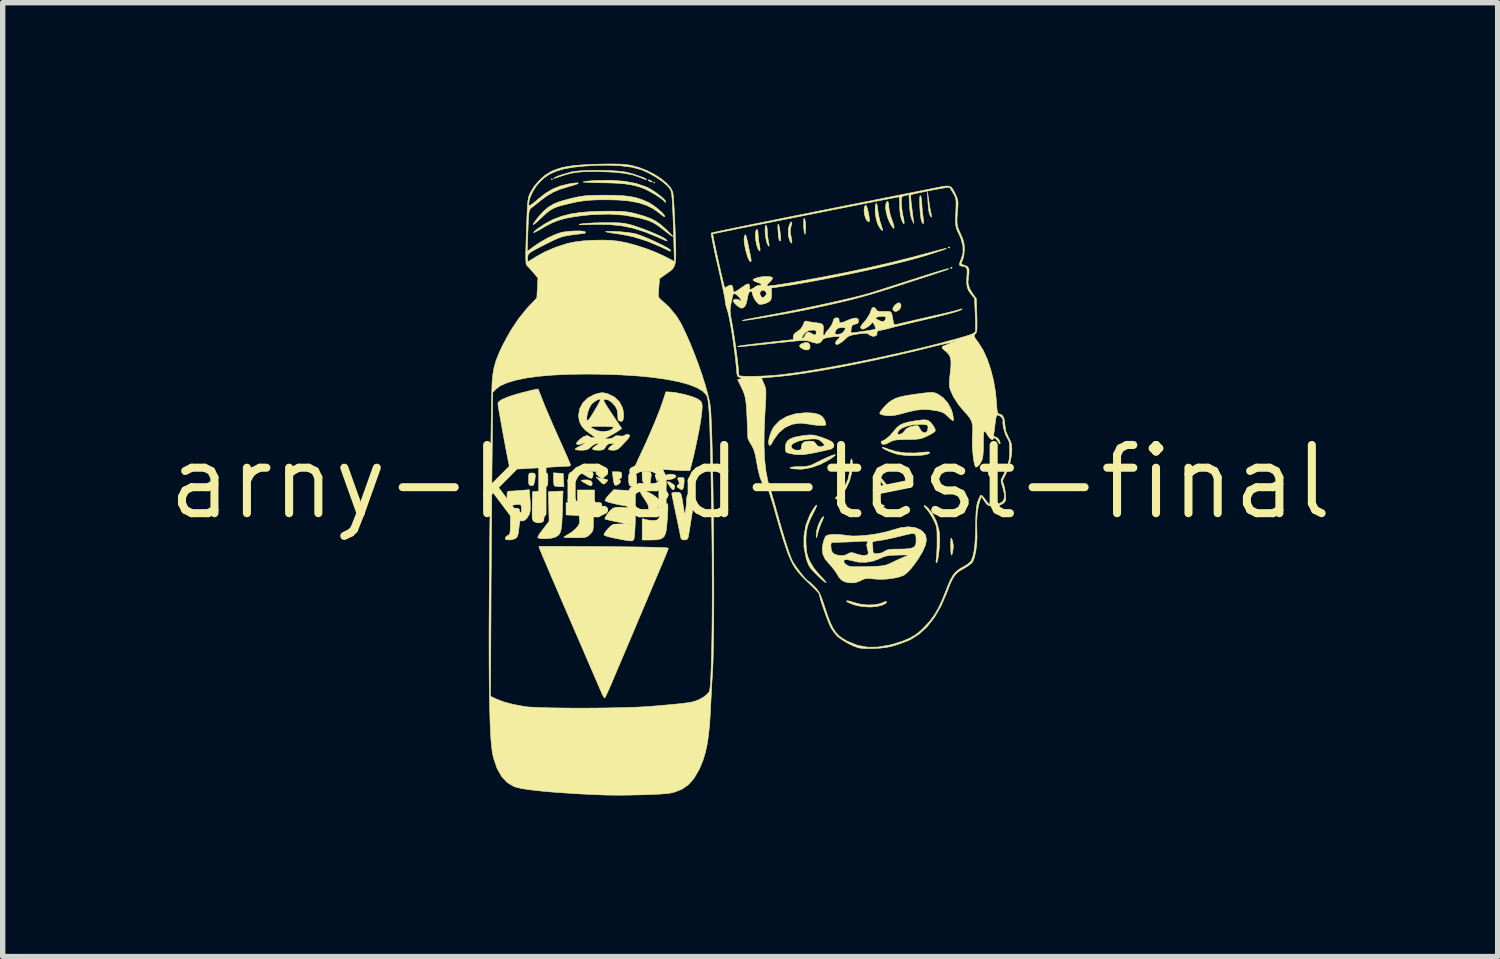
<source format=kicad_pcb>
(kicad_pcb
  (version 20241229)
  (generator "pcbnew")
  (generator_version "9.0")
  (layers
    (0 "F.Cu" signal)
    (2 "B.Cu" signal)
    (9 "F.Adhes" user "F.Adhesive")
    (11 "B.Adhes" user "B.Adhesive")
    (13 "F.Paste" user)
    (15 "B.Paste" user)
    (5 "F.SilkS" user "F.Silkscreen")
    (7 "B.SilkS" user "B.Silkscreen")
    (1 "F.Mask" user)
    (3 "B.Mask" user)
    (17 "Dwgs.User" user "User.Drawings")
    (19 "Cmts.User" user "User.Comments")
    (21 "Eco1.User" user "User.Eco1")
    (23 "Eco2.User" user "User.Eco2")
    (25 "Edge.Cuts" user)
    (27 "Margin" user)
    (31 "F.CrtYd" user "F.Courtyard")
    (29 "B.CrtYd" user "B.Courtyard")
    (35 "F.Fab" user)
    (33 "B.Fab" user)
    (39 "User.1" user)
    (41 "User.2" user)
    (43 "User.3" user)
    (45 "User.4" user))
  (footprint "arny-kicad-test-final"
    (layer "F.Cu")
    (at 10.923 5.929)
    (property "Reference" "arny-kicad-test-final" (at 0 0 0) (layer "F.SilkS") (effects (font (size 1.27 1.27) (thickness 0.15))))
    (attr through_hole)
    (fp_poly (pts (xy -3.683 -5.641) (xy -3.694 -5.63) (xy -3.704 -5.641) (xy -3.694 -5.652) (xy -3.683 -5.641)) (stroke (width 0.01) (type solid)) (fill yes) (layer "F.SilkS"))
    (fp_poly (pts (xy -1.778 -5.577) (xy -1.789 -5.567) (xy -1.799 -5.577) (xy -1.789 -5.588) (xy -1.778 -5.577)) (stroke (width 0.01) (type solid)) (fill yes) (layer "F.SilkS"))
    (fp_poly (pts (xy 3.718 -4.374) (xy 3.715 -4.362) (xy 3.704 -4.36) (xy 3.687 -4.368) (xy 3.69 -4.374) (xy 3.715 -4.377) (xy 3.718 -4.374)) (stroke (width 0.01) (type solid)) (fill yes) (layer "F.SilkS"))
    (fp_poly (pts (xy 3.761 -3.993) (xy 3.758 -3.981) (xy 3.747 -3.979) (xy 3.729 -3.987) (xy 3.732 -3.993) (xy 3.758 -3.996) (xy 3.761 -3.993)) (stroke (width 0.01) (type solid)) (fill yes) (layer "F.SilkS"))
    (fp_poly (pts (xy -1.692 -0.144) (xy -1.622 -0.138) (xy -1.732 -0.011) (xy -1.756 -0.072) (xy -1.771 -0.121) (xy -1.762 -0.143) (xy -1.721 -0.147) (xy -1.692 -0.144)) (stroke (width 0.01) (type solid)) (fill yes) (layer "F.SilkS"))
    (fp_poly (pts (xy -1.86 -5.619) (xy -1.841 -5.609) (xy -1.825 -5.592) (xy -1.831 -5.589) (xy -1.866 -5.599) (xy -1.884 -5.609) (xy -1.901 -5.626) (xy -1.894 -5.63) (xy -1.86 -5.619)) (stroke (width 0.01) (type solid)) (fill yes) (layer "F.SilkS"))
    (fp_poly (pts (xy -3.482 -0.159) (xy -3.469 0.085) (xy -3.551 0.085) (xy -3.608 0.081) (xy -3.644 0.073) (xy -3.648 0.071) (xy -3.656 0.043) (xy -3.661 -0.013) (xy -3.662 -0.058) (xy -3.662 -0.172) (xy -3.482 -0.159)) (stroke (width 0.01) (type solid)) (fill yes) (layer "F.SilkS"))
    (fp_poly (pts (xy -2.938 -0.186) (xy -2.924 -0.158) (xy -2.929 -0.118) (xy -2.94 -0.083) (xy -2.957 -0.069) (xy -2.988 -0.076) (xy -3.042 -0.106) (xy -3.069 -0.123) (xy -3.164 -0.18) (xy -3.059 -0.191) (xy -2.981 -0.195) (xy -2.938 -0.186)) (stroke (width 0.01) (type solid)) (fill yes) (layer "F.SilkS"))
    (fp_poly (pts (xy -1.483 0.01) (xy -1.427 0.045) (xy -1.404 0.077) (xy -1.41 0.115) (xy -1.426 0.143) (xy -1.448 0.14) (xy -1.48 0.103) (xy -1.498 0.078) (xy -1.533 0.021) (xy -1.541 -0.007) (xy -1.521 -0.007) (xy -1.483 0.01)) (stroke (width 0.01) (type solid)) (fill yes) (layer "F.SilkS"))
    (fp_poly (pts (xy -2.966 -0.02) (xy -2.943 0.014) (xy -2.942 0.02) (xy -2.948 0.058) (xy -2.971 0.069) (xy -3.017 0.053) (xy -3.069 0.024) (xy -3.124 -0.008) (xy -3.145 -0.026) (xy -3.136 -0.034) (xy -3.104 -0.039) (xy -3.023 -0.039) (xy -2.966 -0.02)) (stroke (width 0.01) (type solid)) (fill yes) (layer "F.SilkS"))
    (fp_poly (pts (xy -1.599 0.144) (xy -1.556 0.175) (xy -1.528 0.22) (xy -1.524 0.242) (xy -1.541 0.289) (xy -1.581 0.315) (xy -1.631 0.314) (xy -1.672 0.286) (xy -1.687 0.241) (xy -1.68 0.189) (xy -1.655 0.149) (xy -1.643 0.142) (xy -1.599 0.144)) (stroke (width 0.01) (type solid)) (fill yes) (layer "F.SilkS"))
    (fp_poly (pts (xy 1.087 -2.593) (xy 1.113 -2.551) (xy 1.114 -2.548) (xy 1.114 -2.493) (xy 1.084 -2.463) (xy 1.03 -2.462) (xy 0.975 -2.482) (xy 0.927 -2.516) (xy 0.921 -2.547) (xy 0.957 -2.576) (xy 0.964 -2.579) (xy 1.038 -2.602) (xy 1.087 -2.593)) (stroke (width 0.01) (type solid)) (fill yes) (layer "F.SilkS"))
    (fp_poly (pts (xy 1.807 0.517) (xy 1.855 0.536) (xy 1.899 0.56) (xy 1.925 0.579) (xy 1.926 0.583) (xy 1.91 0.594) (xy 1.872 0.589) (xy 1.826 0.57) (xy 1.796 0.551) (xy 1.769 0.522) (xy 1.772 0.509) (xy 1.774 0.509) (xy 1.807 0.517)) (stroke (width 0.01) (type solid)) (fill yes) (layer "F.SilkS"))
    (fp_poly (pts (xy 2.494 0.434) (xy 2.498 0.445) (xy 2.48 0.463) (xy 2.462 0.466) (xy 2.42 0.479) (xy 2.388 0.501) (xy 2.36 0.524) (xy 2.35 0.517) (xy 2.349 0.501) (xy 2.368 0.464) (xy 2.413 0.435) (xy 2.465 0.423) (xy 2.494 0.434)) (stroke (width 0.01) (type solid)) (fill yes) (layer "F.SilkS"))
    (fp_poly (pts (xy 2.78 -3.338) (xy 2.807 -3.311) (xy 2.808 -3.265) (xy 2.784 -3.218) (xy 2.782 -3.216) (xy 2.734 -3.182) (xy 2.689 -3.18) (xy 2.658 -3.21) (xy 2.657 -3.212) (xy 2.663 -3.249) (xy 2.693 -3.291) (xy 2.734 -3.326) (xy 2.773 -3.34) (xy 2.78 -3.338)) (stroke (width 0.01) (type solid)) (fill yes) (layer "F.SilkS"))
    (fp_poly (pts (xy 3.751 1.053) (xy 3.765 1.083) (xy 3.783 1.17) (xy 3.781 1.245) (xy 3.767 1.322) (xy 3.756 1.358) (xy 3.746 1.353) (xy 3.739 1.308) (xy 3.736 1.224) (xy 3.736 1.204) (xy 3.736 1.115) (xy 3.738 1.064) (xy 3.743 1.045) (xy 3.751 1.053)) (stroke (width 0.01) (type solid)) (fill yes) (layer "F.SilkS"))
    (fp_poly (pts (xy 4.558 -0.318) (xy 4.55 -0.279) (xy 4.54 -0.261) (xy 4.517 -0.203) (xy 4.512 -0.154) (xy 4.507 -0.106) (xy 4.484 -0.091) (xy 4.454 -0.113) (xy 4.443 -0.134) (xy 4.428 -0.207) (xy 4.448 -0.274) (xy 4.487 -0.313) (xy 4.535 -0.331) (xy 4.558 -0.318)) (stroke (width 0.01) (type solid)) (fill yes) (layer "F.SilkS"))
    (fp_poly (pts (xy -1.88 -0.189) (xy -1.854 -0.177) (xy -1.843 -0.149) (xy -1.846 -0.094) (xy -1.859 -0.007) (xy -1.859 -0.005) (xy -1.873 0.085) (xy -1.942 0.043) (xy -1.986 0.011) (xy -2.006 -0.025) (xy -2.011 -0.083) (xy -2.011 -0.095) (xy -2.011 -0.191) (xy -1.926 -0.191) (xy -1.88 -0.189)) (stroke (width 0.01) (type solid)) (fill yes) (layer "F.SilkS"))
    (fp_poly (pts (xy -1.645 -0.021) (xy -1.634 0.005) (xy -1.622 0.048) (xy -1.616 0.085) (xy -1.628 0.101) (xy -1.668 0.106) (xy -1.694 0.106) (xy -1.75 0.103) (xy -1.773 0.09) (xy -1.774 0.07) (xy -1.755 0.04) (xy -1.719 0.008) (xy -1.678 -0.017) (xy -1.649 -0.023) (xy -1.645 -0.021)) (stroke (width 0.01) (type solid)) (fill yes) (layer "F.SilkS"))
    (fp_poly (pts (xy -1.429 -0.142) (xy -1.397 -0.128) (xy -1.379 -0.109) (xy -1.393 -0.087) (xy -1.408 -0.076) (xy -1.445 -0.059) (xy -1.499 -0.047) (xy -1.554 -0.042) (xy -1.595 -0.044) (xy -1.609 -0.054) (xy -1.6 -0.081) (xy -1.587 -0.107) (xy -1.55 -0.136) (xy -1.492 -0.148) (xy -1.429 -0.142)) (stroke (width 0.01) (type solid)) (fill yes) (layer "F.SilkS"))
    (fp_poly (pts (xy 1.011 -4.907) (xy 1.018 -4.891) (xy 1.029 -4.841) (xy 1.033 -4.768) (xy 1.033 -4.711) (xy 1.028 -4.644) (xy 1.022 -4.617) (xy 1.014 -4.627) (xy 1.011 -4.636) (xy 1.003 -4.686) (xy 0.997 -4.759) (xy 0.996 -4.815) (xy 0.998 -4.882) (xy 1.002 -4.911) (xy 1.011 -4.907)) (stroke (width 0.01) (type solid)) (fill yes) (layer "F.SilkS"))
    (fp_poly (pts (xy 3.331 -5.218) (xy 3.345 -5.127) (xy 3.359 -5.047) (xy 3.371 -4.992) (xy 3.374 -4.979) (xy 3.382 -4.94) (xy 3.374 -4.935) (xy 3.355 -4.961) (xy 3.342 -4.99) (xy 3.33 -5.038) (xy 3.32 -5.114) (xy 3.312 -5.204) (xy 3.311 -5.228) (xy 3.303 -5.408) (xy 3.331 -5.218)) (stroke (width 0.01) (type solid)) (fill yes) (layer "F.SilkS"))
    (fp_poly (pts (xy -3.247 -0.174) (xy -3.235 -0.133) (xy -3.242 -0.079) (xy -3.267 -0.024) (xy -3.297 0.011) (xy -3.339 0.045) (xy -3.368 0.062) (xy -3.371 0.063) (xy -3.38 0.044) (xy -3.385 -0.005) (xy -3.387 -0.051) (xy -3.382 -0.126) (xy -3.363 -0.169) (xy -3.324 -0.187) (xy -3.279 -0.191) (xy -3.247 -0.174)) (stroke (width 0.01) (type solid)) (fill yes) (layer "F.SilkS"))
    (fp_poly (pts (xy 0.527 -4.802) (xy 0.538 -4.768) (xy 0.551 -4.703) (xy 0.563 -4.61) (xy 0.563 -4.609) (xy 0.569 -4.53) (xy 0.565 -4.491) (xy 0.55 -4.493) (xy 0.541 -4.507) (xy 0.534 -4.536) (xy 0.526 -4.595) (xy 0.52 -4.674) (xy 0.518 -4.692) (xy 0.516 -4.767) (xy 0.519 -4.802) (xy 0.527 -4.802)) (stroke (width 0.01) (type solid)) (fill yes) (layer "F.SilkS"))
    (fp_poly (pts (xy 2.165 -5.143) (xy 2.182 -5.098) (xy 2.199 -5.034) (xy 2.213 -4.964) (xy 2.221 -4.898) (xy 2.223 -4.872) (xy 2.214 -4.847) (xy 2.192 -4.854) (xy 2.164 -4.888) (xy 2.146 -4.923) (xy 2.128 -4.989) (xy 2.121 -5.058) (xy 2.127 -5.118) (xy 2.144 -5.154) (xy 2.151 -5.159) (xy 2.165 -5.143)) (stroke (width 0.01) (type solid)) (fill yes) (layer "F.SilkS"))
    (fp_poly (pts (xy -4.025 -0.164) (xy -4.005 -0.145) (xy -4.002 -0.102) (xy -4.012 -0.028) (xy -4.018 0) (xy -4.032 0.05) (xy -4.055 0.068) (xy -4.08 0.067) (xy -4.108 0.059) (xy -4.122 0.037) (xy -4.127 -0.011) (xy -4.128 -0.054) (xy -4.126 -0.12) (xy -4.119 -0.155) (xy -4.1 -0.167) (xy -4.064 -0.169) (xy -4.025 -0.164)) (stroke (width 0.01) (type solid)) (fill yes) (layer "F.SilkS"))
    (fp_poly (pts (xy 0.142 -4.68) (xy 0.148 -4.622) (xy 0.148 -4.614) (xy 0.153 -4.542) (xy 0.165 -4.457) (xy 0.171 -4.423) (xy 0.184 -4.35) (xy 0.184 -4.31) (xy 0.172 -4.305) (xy 0.149 -4.337) (xy 0.124 -4.407) (xy 0.105 -4.498) (xy 0.097 -4.59) (xy 0.1 -4.65) (xy 0.113 -4.697) (xy 0.129 -4.706) (xy 0.142 -4.68)) (stroke (width 0.01) (type solid)) (fill yes) (layer "F.SilkS"))
    (fp_poly (pts (xy 1.364 0.671) (xy 1.342 0.725) (xy 1.334 0.739) (xy 1.304 0.811) (xy 1.274 0.899) (xy 1.261 0.947) (xy 1.245 1.011) (xy 1.235 1.037) (xy 1.231 1.028) (xy 1.229 0.992) (xy 1.241 0.896) (xy 1.274 0.789) (xy 1.322 0.693) (xy 1.324 0.689) (xy 1.355 0.649) (xy 1.368 0.644) (xy 1.364 0.671)) (stroke (width 0.01) (type solid)) (fill yes) (layer "F.SilkS"))
    (fp_poly (pts (xy 2.428 -0.089) (xy 2.457 -0.053) (xy 2.459 -0.05) (xy 2.502 0.003) (xy 2.557 0.065) (xy 2.58 0.09) (xy 2.617 0.135) (xy 2.631 0.163) (xy 2.625 0.169) (xy 2.596 0.155) (xy 2.55 0.118) (xy 2.505 0.074) (xy 2.456 0.016) (xy 2.423 -0.036) (xy 2.413 -0.067) (xy 2.416 -0.093) (xy 2.428 -0.089)) (stroke (width 0.01) (type solid)) (fill yes) (layer "F.SilkS"))
    (fp_poly (pts (xy -3.776 -0.157) (xy -3.769 -0.126) (xy -3.768 -0.064) (xy -3.768 -0.044) (xy -3.77 0.033) (xy -3.779 0.072) (xy -3.799 0.08) (xy -3.834 0.061) (xy -3.841 0.056) (xy -3.871 0.013) (xy -3.882 -0.063) (xy -3.882 -0.066) (xy -3.881 -0.124) (xy -3.87 -0.152) (xy -3.842 -0.163) (xy -3.826 -0.165) (xy -3.794 -0.167) (xy -3.776 -0.157)) (stroke (width 0.01) (type solid)) (fill yes) (layer "F.SilkS"))
    (fp_poly (pts (xy 0.309 -4.764) (xy 0.317 -4.711) (xy 0.318 -4.683) (xy 0.323 -4.597) (xy 0.336 -4.509) (xy 0.34 -4.49) (xy 0.353 -4.423) (xy 0.352 -4.392) (xy 0.34 -4.4) (xy 0.318 -4.44) (xy 0.302 -4.491) (xy 0.289 -4.56) (xy 0.28 -4.635) (xy 0.278 -4.705) (xy 0.281 -4.758) (xy 0.291 -4.783) (xy 0.293 -4.784) (xy 0.309 -4.764)) (stroke (width 0.01) (type solid)) (fill yes) (layer "F.SilkS"))
    (fp_poly (pts (xy 2.367 -5.148) (xy 2.377 -5.071) (xy 2.392 -4.973) (xy 2.415 -4.867) (xy 2.432 -4.813) (xy 2.453 -4.747) (xy 2.466 -4.7) (xy 2.468 -4.683) (xy 2.451 -4.692) (xy 2.428 -4.716) (xy 2.384 -4.786) (xy 2.351 -4.885) (xy 2.331 -4.997) (xy 2.328 -5.06) (xy 2.332 -5.143) (xy 2.341 -5.185) (xy 2.354 -5.187) (xy 2.367 -5.148)) (stroke (width 0.01) (type solid)) (fill yes) (layer "F.SilkS"))
    (fp_poly (pts (xy 2.578 -5.188) (xy 2.582 -5.133) (xy 2.59 -5.064) (xy 2.61 -4.975) (xy 2.636 -4.897) (xy 2.666 -4.81) (xy 2.68 -4.753) (xy 2.678 -4.726) (xy 2.661 -4.735) (xy 2.653 -4.744) (xy 2.604 -4.823) (xy 2.563 -4.92) (xy 2.534 -5.022) (xy 2.522 -5.115) (xy 2.529 -5.184) (xy 2.548 -5.223) (xy 2.566 -5.223) (xy 2.578 -5.188)) (stroke (width 0.01) (type solid)) (fill yes) (layer "F.SilkS"))
    (fp_poly (pts (xy -3.831 0.439) (xy -3.833 0.575) (xy -3.839 0.67) (xy -3.85 0.724) (xy -3.857 0.737) (xy -3.903 0.758) (xy -3.966 0.759) (xy -4.023 0.739) (xy -4.029 0.735) (xy -4.044 0.719) (xy -4.054 0.692) (xy -4.06 0.647) (xy -4.061 0.577) (xy -4.06 0.473) (xy -4.059 0.444) (xy -4.053 0.18) (xy -3.942 0.174) (xy -3.831 0.167) (xy -3.831 0.439)) (stroke (width 0.01) (type solid)) (fill yes) (layer "F.SilkS"))
    (fp_poly (pts (xy -2.137 -0.17) (xy -2.122 -0.128) (xy -2.114 -0.052) (xy -2.114 -0.042) (xy -2.112 0.024) (xy -2.117 0.06) (xy -2.134 0.074) (xy -2.16 0.078) (xy -2.211 0.077) (xy -2.238 0.071) (xy -2.255 0.043) (xy -2.264 -0.02) (xy -2.265 -0.052) (xy -2.263 -0.118) (xy -2.254 -0.154) (xy -2.232 -0.172) (xy -2.209 -0.179) (xy -2.164 -0.185) (xy -2.137 -0.17)) (stroke (width 0.01) (type solid)) (fill yes) (layer "F.SilkS"))
    (fp_poly (pts (xy -1.252 -0.083) (xy -1.234 -0.07) (xy -1.229 -0.036) (xy -1.232 0.025) (xy -1.241 0.099) (xy -1.258 0.136) (xy -1.29 0.137) (xy -1.33 0.114) (xy -1.362 0.088) (xy -1.361 0.07) (xy -1.343 0.054) (xy -1.319 0.026) (xy -1.328 -0.011) (xy -1.331 -0.016) (xy -1.351 -0.061) (xy -1.343 -0.08) (xy -1.299 -0.085) (xy -1.29 -0.085) (xy -1.252 -0.083)) (stroke (width 0.01) (type solid)) (fill yes) (layer "F.SilkS"))
    (fp_poly (pts (xy 0.777 -4.83) (xy 0.774 -4.805) (xy 0.758 -4.747) (xy 0.75 -4.719) (xy 0.747 -4.673) (xy 0.755 -4.607) (xy 0.763 -4.57) (xy 0.776 -4.5) (xy 0.777 -4.459) (xy 0.767 -4.45) (xy 0.746 -4.478) (xy 0.745 -4.48) (xy 0.71 -4.589) (xy 0.71 -4.708) (xy 0.72 -4.754) (xy 0.74 -4.81) (xy 0.759 -4.843) (xy 0.766 -4.847) (xy 0.777 -4.83)) (stroke (width 0.01) (type solid)) (fill yes) (layer "F.SilkS"))
    (fp_poly (pts (xy -2.424 -0.188) (xy -2.399 -0.176) (xy -2.392 -0.144) (xy -2.392 -0.127) (xy -2.4 -0.078) (xy -2.427 -0.062) (xy -2.429 -0.062) (xy -2.449 -0.056) (xy -2.439 -0.049) (xy -2.415 -0.023) (xy -2.422 0.013) (xy -2.454 0.042) (xy -2.496 0.061) (xy -2.518 0.057) (xy -2.529 0.043) (xy -2.539 0.011) (xy -2.549 -0.047) (xy -2.554 -0.084) (xy -2.567 -0.191) (xy -2.479 -0.191) (xy -2.424 -0.188)) (stroke (width 0.01) (type solid)) (fill yes) (layer "F.SilkS"))
    (fp_poly (pts (xy 3.173 -5.334) (xy 3.187 -5.294) (xy 3.195 -5.232) (xy 3.196 -5.207) (xy 3.2 -5.135) (xy 3.208 -5.042) (xy 3.218 -4.966) (xy 3.229 -4.875) (xy 3.23 -4.823) (xy 3.221 -4.81) (xy 3.203 -4.838) (xy 3.193 -4.86) (xy 3.182 -4.903) (xy 3.173 -4.968) (xy 3.165 -5.047) (xy 3.16 -5.131) (xy 3.158 -5.211) (xy 3.158 -5.278) (xy 3.162 -5.323) (xy 3.17 -5.337) (xy 3.173 -5.334)) (stroke (width 0.01) (type solid)) (fill yes) (layer "F.SilkS"))
    (fp_poly (pts (xy -0.079 -4.592) (xy -0.067 -4.551) (xy -0.05 -4.48) (xy -0.028 -4.373) (xy -0.023 -4.349) (xy -0.001 -4.246) (xy 0.012 -4.177) (xy 0.018 -4.136) (xy 0.018 -4.115) (xy 0.012 -4.107) (xy 0.002 -4.106) (xy -0.016 -4.125) (xy -0.038 -4.171) (xy -0.051 -4.207) (xy -0.085 -4.324) (xy -0.106 -4.431) (xy -0.115 -4.518) (xy -0.108 -4.576) (xy -0.107 -4.577) (xy -0.097 -4.6) (xy -0.088 -4.606) (xy -0.079 -4.592)) (stroke (width 0.01) (type solid)) (fill yes) (layer "F.SilkS"))
    (fp_poly (pts (xy -3.497 0.535) (xy -3.503 0.682) (xy -3.509 0.793) (xy -3.519 0.874) (xy -3.534 0.932) (xy -3.555 0.971) (xy -3.585 1) (xy -3.624 1.022) (xy -3.633 1.027) (xy -3.7 1.045) (xy -3.788 1.055) (xy -3.879 1.054) (xy -3.942 1.044) (xy -3.955 1.034) (xy -3.95 1.01) (xy -3.925 0.968) (xy -3.875 0.9) (xy -3.861 0.882) (xy -3.745 0.73) (xy -3.757 0.18) (xy -3.622 0.174) (xy -3.486 0.167) (xy -3.497 0.535)) (stroke (width 0.01) (type solid)) (fill yes) (layer "F.SilkS"))
    (fp_poly (pts (xy -1.971 0.161) (xy -1.889 0.194) (xy -1.806 0.24) (xy -1.737 0.291) (xy -1.693 0.34) (xy -1.691 0.342) (xy -1.686 0.394) (xy -1.711 0.456) (xy -1.76 0.518) (xy -1.797 0.549) (xy -1.855 0.585) (xy -1.888 0.589) (xy -1.898 0.561) (xy -1.893 0.52) (xy -1.89 0.476) (xy -1.9 0.433) (xy -1.928 0.379) (xy -1.966 0.32) (xy -2.02 0.237) (xy -2.048 0.182) (xy -2.051 0.154) (xy -2.037 0.148) (xy -1.971 0.161)) (stroke (width 0.01) (type solid)) (fill yes) (layer "F.SilkS"))
    (fp_poly (pts (xy 1.897 -0.418) (xy 1.903 -0.365) (xy 1.904 -0.303) (xy 1.889 -0.163) (xy 1.849 -0.019) (xy 1.789 0.113) (xy 1.715 0.221) (xy 1.7 0.236) (xy 1.64 0.294) (xy 1.602 0.317) (xy 1.588 0.306) (xy 1.587 0.304) (xy 1.601 0.282) (xy 1.635 0.24) (xy 1.674 0.197) (xy 1.764 0.078) (xy 1.823 -0.05) (xy 1.853 -0.199) (xy 1.858 -0.26) (xy 1.867 -0.351) (xy 1.877 -0.41) (xy 1.888 -0.432) (xy 1.897 -0.418)) (stroke (width 0.01) (type solid)) (fill yes) (layer "F.SilkS"))
    (fp_poly (pts (xy 1.587 -0.508) (xy 1.576 -0.491) (xy 1.531 -0.456) (xy 1.483 -0.424) (xy 1.31 -0.331) (xy 1.135 -0.268) (xy 0.965 -0.239) (xy 0.807 -0.245) (xy 0.788 -0.248) (xy 0.746 -0.26) (xy 0.743 -0.27) (xy 0.776 -0.279) (xy 0.842 -0.285) (xy 0.915 -0.287) (xy 1.01 -0.289) (xy 1.08 -0.299) (xy 1.143 -0.318) (xy 1.215 -0.352) (xy 1.222 -0.356) (xy 1.342 -0.416) (xy 1.441 -0.462) (xy 1.517 -0.493) (xy 1.566 -0.509) (xy 1.587 -0.508)) (stroke (width 0.01) (type solid)) (fill yes) (layer "F.SilkS"))
    (fp_poly (pts (xy -2.688 -0.187) (xy -2.653 -0.174) (xy -2.656 -0.15) (xy -2.696 -0.112) (xy -2.699 -0.11) (xy -2.752 -0.068) (xy -2.696 -0.054) (xy -2.658 -0.042) (xy -2.657 -0.024) (xy -2.678 0.001) (xy -2.71 0.032) (xy -2.736 0.037) (xy -2.767 0.016) (xy -2.806 -0.024) (xy -2.868 -0.09) (xy -2.815 -0.076) (xy -2.762 -0.061) (xy -2.82 -0.107) (xy -2.86 -0.142) (xy -2.878 -0.169) (xy -2.879 -0.171) (xy -2.86 -0.182) (xy -2.81 -0.189) (xy -2.762 -0.191) (xy -2.688 -0.187)) (stroke (width 0.01) (type solid)) (fill yes) (layer "F.SilkS"))
    (fp_poly (pts (xy -1.534 0.422) (xy -1.532 0.479) (xy -1.535 0.568) (xy -1.542 0.682) (xy -1.554 0.818) (xy -1.558 0.865) (xy -1.575 0.957) (xy -1.606 1.019) (xy -1.658 1.057) (xy -1.739 1.075) (xy -1.841 1.079) (xy -2.011 1.079) (xy -2.011 0.681) (xy -1.936 0.701) (xy -1.86 0.714) (xy -1.784 0.716) (xy -1.74 0.709) (xy -1.712 0.691) (xy -1.69 0.652) (xy -1.672 0.597) (xy -1.638 0.512) (xy -1.598 0.446) (xy -1.56 0.408) (xy -1.541 0.402) (xy -1.534 0.422)) (stroke (width 0.01) (type solid)) (fill yes) (layer "F.SilkS"))
    (fp_poly (pts (xy -2.365 0.152) (xy -2.281 0.158) (xy -2.211 0.166) (xy -2.169 0.175) (xy -2.164 0.177) (xy -2.148 0.208) (xy -2.139 0.273) (xy -2.138 0.329) (xy -2.139 0.403) (xy -2.144 0.443) (xy -2.157 0.461) (xy -2.183 0.464) (xy -2.196 0.464) (xy -2.241 0.458) (xy -2.315 0.446) (xy -2.408 0.429) (xy -2.475 0.416) (xy -2.566 0.395) (xy -2.641 0.374) (xy -2.689 0.356) (xy -2.704 0.346) (xy -2.694 0.319) (xy -2.662 0.273) (xy -2.626 0.232) (xy -2.541 0.143) (xy -2.365 0.152)) (stroke (width 0.01) (type solid)) (fill yes) (layer "F.SilkS"))
    (fp_poly (pts (xy 1.827 2.213) (xy 1.878 2.226) (xy 1.939 2.246) (xy 2.056 2.275) (xy 2.185 2.289) (xy 2.31 2.286) (xy 2.417 2.266) (xy 2.444 2.256) (xy 2.501 2.233) (xy 2.53 2.224) (xy 2.539 2.23) (xy 2.54 2.241) (xy 2.522 2.26) (xy 2.477 2.285) (xy 2.455 2.294) (xy 2.357 2.319) (xy 2.235 2.328) (xy 2.105 2.321) (xy 1.984 2.3) (xy 1.926 2.282) (xy 1.853 2.254) (xy 1.813 2.236) (xy 1.798 2.224) (xy 1.801 2.214) (xy 1.803 2.212) (xy 1.827 2.213)) (stroke (width 0.01) (type solid)) (fill yes) (layer "F.SilkS"))
    (fp_poly (pts (xy 2.484 -0.645) (xy 2.533 -0.629) (xy 2.572 -0.614) (xy 2.72 -0.568) (xy 2.892 -0.543) (xy 3.077 -0.541) (xy 3.155 -0.548) (xy 3.253 -0.558) (xy 3.314 -0.561) (xy 3.343 -0.556) (xy 3.344 -0.544) (xy 3.338 -0.537) (xy 3.297 -0.518) (xy 3.223 -0.503) (xy 3.126 -0.495) (xy 3.016 -0.492) (xy 2.903 -0.496) (xy 2.796 -0.508) (xy 2.778 -0.51) (xy 2.716 -0.525) (xy 2.645 -0.549) (xy 2.574 -0.577) (xy 2.513 -0.605) (xy 2.472 -0.63) (xy 2.46 -0.647) (xy 2.461 -0.648) (xy 2.484 -0.645)) (stroke (width 0.01) (type solid)) (fill yes) (layer "F.SilkS"))
    (fp_poly (pts (xy -2.586 -4.67) (xy -2.519 -4.668) (xy -2.404 -4.661) (xy -2.289 -4.65) (xy -2.189 -4.635) (xy -2.138 -4.625) (xy -2.073 -4.604) (xy -1.989 -4.572) (xy -1.892 -4.532) (xy -1.791 -4.487) (xy -1.693 -4.441) (xy -1.605 -4.397) (xy -1.536 -4.359) (xy -1.493 -4.331) (xy -1.482 -4.318) (xy -1.481 -4.307) (xy -1.484 -4.301) (xy -1.498 -4.304) (xy -1.529 -4.317) (xy -1.584 -4.343) (xy -1.671 -4.384) (xy -1.672 -4.384) (xy -1.932 -4.493) (xy -2.186 -4.571) (xy -2.402 -4.614) (xy -2.537 -4.633) (xy -2.63 -4.648) (xy -2.681 -4.659) (xy -2.691 -4.666) (xy -2.659 -4.67) (xy -2.586 -4.67)) (stroke (width 0.01) (type solid)) (fill yes) (layer "F.SilkS"))
    (fp_poly (pts (xy 1.18 -1.284) (xy 1.276 -1.261) (xy 1.342 -1.221) (xy 1.385 -1.16) (xy 1.388 -1.152) (xy 1.406 -1.1) (xy 1.411 -1.067) (xy 1.409 -1.063) (xy 1.38 -1.056) (xy 1.322 -1.055) (xy 1.247 -1.058) (xy 1.169 -1.066) (xy 1.099 -1.078) (xy 1.093 -1.079) (xy 0.931 -1.098) (xy 0.783 -1.076) (xy 0.648 -1.015) (xy 0.532 -0.917) (xy 0.434 -0.782) (xy 0.415 -0.746) (xy 0.386 -0.695) (xy 0.366 -0.68) (xy 0.351 -0.699) (xy 0.346 -0.709) (xy 0.343 -0.759) (xy 0.357 -0.833) (xy 0.384 -0.915) (xy 0.419 -0.993) (xy 0.445 -1.034) (xy 0.549 -1.143) (xy 0.683 -1.222) (xy 0.844 -1.272) (xy 1.031 -1.291) (xy 1.05 -1.291) (xy 1.18 -1.284)) (stroke (width 0.01) (type solid)) (fill yes) (layer "F.SilkS"))
    (fp_poly (pts (xy -2.348 -5.603) (xy -2.13 -5.563) (xy -1.944 -5.5) (xy -1.894 -5.477) (xy -1.827 -5.439) (xy -1.753 -5.39) (xy -1.681 -5.336) (xy -1.622 -5.286) (xy -1.586 -5.248) (xy -1.579 -5.238) (xy -1.575 -5.209) (xy -1.59 -5.217) (xy -1.598 -5.228) (xy -1.629 -5.259) (xy -1.688 -5.302) (xy -1.763 -5.351) (xy -1.847 -5.4) (xy -1.927 -5.443) (xy -1.988 -5.471) (xy -2.096 -5.508) (xy -2.211 -5.536) (xy -2.34 -5.555) (xy -2.492 -5.567) (xy -2.676 -5.573) (xy -2.751 -5.574) (xy -2.869 -5.576) (xy -2.971 -5.579) (xy -3.05 -5.583) (xy -3.099 -5.587) (xy -3.111 -5.59) (xy -3.092 -5.596) (xy -3.038 -5.604) (xy -2.958 -5.611) (xy -2.863 -5.617) (xy -2.593 -5.621) (xy -2.348 -5.603)) (stroke (width 0.01) (type solid)) (fill yes) (layer "F.SilkS"))
    (fp_poly (pts (xy 3.252 0.437) (xy 3.286 0.462) (xy 3.313 0.487) (xy 3.403 0.601) (xy 3.473 0.742) (xy 3.517 0.898) (xy 3.527 0.976) (xy 3.53 1.056) (xy 3.528 1.15) (xy 3.521 1.248) (xy 3.511 1.341) (xy 3.499 1.421) (xy 3.485 1.478) (xy 3.472 1.502) (xy 3.47 1.503) (xy 3.461 1.485) (xy 3.465 1.441) (xy 3.467 1.434) (xy 3.473 1.386) (xy 3.477 1.307) (xy 3.481 1.208) (xy 3.482 1.1) (xy 3.481 0.988) (xy 3.479 0.908) (xy 3.472 0.849) (xy 3.46 0.801) (xy 3.439 0.751) (xy 3.411 0.693) (xy 3.368 0.617) (xy 3.325 0.55) (xy 3.29 0.506) (xy 3.289 0.506) (xy 3.254 0.467) (xy 3.239 0.438) (xy 3.239 0.437) (xy 3.252 0.437)) (stroke (width 0.01) (type solid)) (fill yes) (layer "F.SilkS"))
    (fp_poly (pts (xy 1.236 0.452) (xy 1.214 0.503) (xy 1.178 0.574) (xy 1.112 0.707) (xy 1.069 0.823) (xy 1.046 0.937) (xy 1.039 1.064) (xy 1.04 1.138) (xy 1.046 1.243) (xy 1.056 1.321) (xy 1.073 1.386) (xy 1.101 1.455) (xy 1.114 1.482) (xy 1.188 1.605) (xy 1.286 1.724) (xy 1.303 1.741) (xy 1.358 1.798) (xy 1.397 1.844) (xy 1.414 1.871) (xy 1.414 1.874) (xy 1.395 1.865) (xy 1.353 1.832) (xy 1.295 1.779) (xy 1.246 1.731) (xy 1.173 1.658) (xy 1.124 1.601) (xy 1.091 1.549) (xy 1.066 1.49) (xy 1.042 1.416) (xy 1.002 1.208) (xy 1.002 1) (xy 1.04 0.796) (xy 1.116 0.604) (xy 1.19 0.48) (xy 1.224 0.437) (xy 1.239 0.429) (xy 1.236 0.452)) (stroke (width 0.01) (type solid)) (fill yes) (layer "F.SilkS"))
    (fp_poly (pts (xy -2.473 -4.829) (xy -2.394 -4.824) (xy -2.328 -4.816) (xy -2.265 -4.802) (xy -2.195 -4.783) (xy -2.177 -4.777) (xy -2.071 -4.742) (xy -1.957 -4.701) (xy -1.844 -4.656) (xy -1.739 -4.611) (xy -1.652 -4.57) (xy -1.591 -4.536) (xy -1.569 -4.52) (xy -1.55 -4.5) (xy -1.547 -4.492) (xy -1.566 -4.496) (xy -1.611 -4.514) (xy -1.688 -4.547) (xy -1.721 -4.562) (xy -1.957 -4.658) (xy -2.176 -4.728) (xy -2.391 -4.773) (xy -2.616 -4.796) (xy -2.864 -4.799) (xy -2.942 -4.797) (xy -3.059 -4.793) (xy -3.136 -4.792) (xy -3.177 -4.793) (xy -3.184 -4.798) (xy -3.16 -4.806) (xy -3.154 -4.807) (xy -3.1 -4.815) (xy -3.013 -4.821) (xy -2.904 -4.827) (xy -2.782 -4.83) (xy -2.709 -4.831) (xy -2.575 -4.831) (xy -2.473 -4.829)) (stroke (width 0.01) (type solid)) (fill yes) (layer "F.SilkS"))
    (fp_poly (pts (xy -2.733 -5.805) (xy -2.586 -5.8) (xy -2.453 -5.791) (xy -2.343 -5.778) (xy -2.307 -5.772) (xy -2.243 -5.756) (xy -2.17 -5.735) (xy -2.094 -5.709) (xy -2.024 -5.684) (xy -1.968 -5.661) (xy -1.935 -5.643) (xy -1.931 -5.634) (xy -1.937 -5.634) (xy -1.967 -5.641) (xy -2.021 -5.662) (xy -2.053 -5.676) (xy -2.18 -5.719) (xy -2.342 -5.751) (xy -2.54 -5.772) (xy -2.777 -5.782) (xy -2.836 -5.783) (xy -2.998 -5.783) (xy -3.129 -5.779) (xy -3.238 -5.768) (xy -3.337 -5.751) (xy -3.436 -5.725) (xy -3.503 -5.704) (xy -3.587 -5.676) (xy -3.636 -5.66) (xy -3.658 -5.654) (xy -3.659 -5.657) (xy -3.644 -5.666) (xy -3.634 -5.673) (xy -3.61 -5.687) (xy -3.579 -5.7) (xy -3.532 -5.716) (xy -3.461 -5.738) (xy -3.359 -5.768) (xy -3.344 -5.773) (xy -3.269 -5.787) (xy -3.161 -5.797) (xy -3.03 -5.804) (xy -2.884 -5.806) (xy -2.733 -5.805)) (stroke (width 0.01) (type solid)) (fill yes) (layer "F.SilkS"))
    (fp_poly (pts (xy -1.468 -1.675) (xy -1.384 -1.665) (xy -1.281 -1.645) (xy -1.172 -1.618) (xy -1.074 -1.588) (xy -1.001 -1.559) (xy -0.997 -1.557) (xy -0.947 -1.528) (xy -0.915 -1.499) (xy -0.898 -1.46) (xy -0.893 -1.403) (xy -0.899 -1.319) (xy -0.909 -1.231) (xy -0.925 -1.119) (xy -0.95 -0.977) (xy -0.981 -0.818) (xy -1.016 -0.653) (xy -1.051 -0.494) (xy -1.086 -0.353) (xy -1.099 -0.302) (xy -1.123 -0.212) (xy -1.266 -0.215) (xy -1.335 -0.218) (xy -1.436 -0.223) (xy -1.559 -0.23) (xy -1.691 -0.238) (xy -1.778 -0.243) (xy -1.898 -0.252) (xy -2.002 -0.259) (xy -2.084 -0.265) (xy -2.136 -0.27) (xy -2.152 -0.272) (xy -2.145 -0.291) (xy -2.123 -0.341) (xy -2.089 -0.416) (xy -2.046 -0.507) (xy -2.034 -0.534) (xy -1.938 -0.74) (xy -1.849 -0.943) (xy -1.768 -1.134) (xy -1.699 -1.307) (xy -1.645 -1.452) (xy -1.628 -1.502) (xy -1.57 -1.681) (xy -1.468 -1.675)) (stroke (width 0.01) (type solid)) (fill yes) (layer "F.SilkS"))
    (fp_poly (pts (xy 3.422 -1.666) (xy 3.456 -1.656) (xy 3.494 -1.639) (xy 3.503 -1.634) (xy 3.597 -1.569) (xy 3.68 -1.473) (xy 3.743 -1.36) (xy 3.77 -1.278) (xy 3.782 -1.212) (xy 3.787 -1.162) (xy 3.786 -1.146) (xy 3.769 -1.147) (xy 3.732 -1.174) (xy 3.691 -1.213) (xy 3.636 -1.266) (xy 3.584 -1.298) (xy 3.517 -1.319) (xy 3.467 -1.329) (xy 3.334 -1.348) (xy 3.215 -1.352) (xy 3.093 -1.339) (xy 2.954 -1.309) (xy 2.884 -1.29) (xy 2.772 -1.26) (xy 2.688 -1.242) (xy 2.619 -1.235) (xy 2.555 -1.237) (xy 2.535 -1.239) (xy 2.458 -1.252) (xy 2.419 -1.27) (xy 2.413 -1.283) (xy 2.427 -1.312) (xy 2.464 -1.361) (xy 2.516 -1.419) (xy 2.524 -1.427) (xy 2.582 -1.482) (xy 2.64 -1.524) (xy 2.706 -1.558) (xy 2.788 -1.585) (xy 2.892 -1.608) (xy 3.026 -1.63) (xy 3.138 -1.645) (xy 3.249 -1.659) (xy 3.328 -1.668) (xy 3.382 -1.67) (xy 3.422 -1.666)) (stroke (width 0.01) (type solid)) (fill yes) (layer "F.SilkS"))
    (fp_poly (pts (xy -2.9 0.265) (xy -2.899 0.331) (xy -2.892 0.366) (xy -2.873 0.379) (xy -2.838 0.381) (xy -2.838 0.381) (xy -2.791 0.384) (xy -2.768 0.401) (xy -2.761 0.44) (xy -2.767 0.512) (xy -2.767 0.513) (xy -2.776 0.574) (xy -2.789 0.603) (xy -2.818 0.613) (xy -2.85 0.614) (xy -2.921 0.614) (xy -2.921 0.764) (xy -2.922 0.845) (xy -2.929 0.896) (xy -2.946 0.932) (xy -2.976 0.966) (xy -2.987 0.976) (xy -3.019 1.004) (xy -3.05 1.022) (xy -3.09 1.032) (xy -3.149 1.036) (xy -3.238 1.037) (xy -3.262 1.037) (xy -3.35 1.036) (xy -3.42 1.034) (xy -3.463 1.03) (xy -3.471 1.027) (xy -3.454 1.012) (xy -3.412 0.987) (xy -3.392 0.976) (xy -3.326 0.934) (xy -3.259 0.878) (xy -3.242 0.862) (xy -3.198 0.809) (xy -3.179 0.762) (xy -3.179 0.707) (xy -3.186 0.624) (xy -3.307 0.618) (xy -3.429 0.612) (xy -3.429 0.385) (xy -3.323 0.37) (xy -3.217 0.356) (xy -3.217 0.148) (xy -2.9 0.148) (xy -2.9 0.265)) (stroke (width 0.01) (type solid)) (fill yes) (layer "F.SilkS"))
    (fp_poly (pts (xy -2.546 -5.045) (xy -2.436 -5.043) (xy -2.349 -5.038) (xy -2.274 -5.029) (xy -2.204 -5.016) (xy -2.127 -4.997) (xy -1.977 -4.954) (xy -1.857 -4.91) (xy -1.757 -4.858) (xy -1.666 -4.794) (xy -1.574 -4.713) (xy -1.513 -4.653) (xy -1.468 -4.606) (xy -1.444 -4.578) (xy -1.442 -4.573) (xy -1.464 -4.585) (xy -1.509 -4.617) (xy -1.57 -4.664) (xy -1.587 -4.678) (xy -1.686 -4.754) (xy -1.766 -4.809) (xy -1.841 -4.849) (xy -1.924 -4.88) (xy -2.029 -4.91) (xy -2.076 -4.922) (xy -2.346 -4.972) (xy -2.636 -4.991) (xy -2.95 -4.98) (xy -3.109 -4.965) (xy -3.293 -4.94) (xy -3.445 -4.911) (xy -3.576 -4.873) (xy -3.697 -4.825) (xy -3.818 -4.762) (xy -3.859 -4.737) (xy -3.945 -4.687) (xy -4.004 -4.657) (xy -4.034 -4.647) (xy -4.032 -4.657) (xy -3.998 -4.688) (xy -3.955 -4.721) (xy -3.812 -4.816) (xy -3.668 -4.892) (xy -3.515 -4.95) (xy -3.348 -4.993) (xy -3.16 -5.022) (xy -2.944 -5.039) (xy -2.693 -5.045) (xy -2.688 -5.045) (xy -2.546 -5.045)) (stroke (width 0.01) (type solid)) (fill yes) (layer "F.SilkS"))
    (fp_poly (pts (xy -1.338 0.191) (xy -1.312 0.197) (xy -1.293 0.216) (xy -1.279 0.254) (xy -1.266 0.318) (xy -1.251 0.415) (xy -1.247 0.445) (xy -1.233 0.529) (xy -1.224 0.577) (xy -1.217 0.591) (xy -1.211 0.575) (xy -1.204 0.54) (xy -1.193 0.461) (xy -1.187 0.375) (xy -1.186 0.36) (xy -1.182 0.296) (xy -1.172 0.247) (xy -1.167 0.237) (xy -1.136 0.22) (xy -1.091 0.224) (xy -1.052 0.243) (xy -1.037 0.27) (xy -1.04 0.3) (xy -1.049 0.363) (xy -1.062 0.451) (xy -1.077 0.555) (xy -1.095 0.667) (xy -1.112 0.778) (xy -1.128 0.879) (xy -1.142 0.963) (xy -1.152 1.02) (xy -1.155 1.032) (xy -1.175 1.068) (xy -1.22 1.079) (xy -1.225 1.079) (xy -1.269 1.073) (xy -1.29 1.045) (xy -1.298 1.011) (xy -1.306 0.967) (xy -1.321 0.891) (xy -1.342 0.79) (xy -1.366 0.674) (xy -1.385 0.586) (xy -1.41 0.468) (xy -1.431 0.364) (xy -1.448 0.281) (xy -1.458 0.228) (xy -1.46 0.21) (xy -1.442 0.198) (xy -1.395 0.191) (xy -1.377 0.191) (xy -1.338 0.191)) (stroke (width 0.01) (type solid)) (fill yes) (layer "F.SilkS"))
    (fp_poly (pts (xy -2.408 0.469) (xy -2.36 0.473) (xy -2.26 0.482) (xy -2.196 0.493) (xy -2.159 0.514) (xy -2.142 0.551) (xy -2.138 0.612) (xy -2.139 0.685) (xy -2.142 0.787) (xy -2.147 0.891) (xy -2.153 0.976) (xy -2.153 0.979) (xy -2.16 1.041) (xy -2.171 1.078) (xy -2.196 1.095) (xy -2.241 1.096) (xy -2.317 1.085) (xy -2.36 1.077) (xy -2.509 1.049) (xy -2.617 1.025) (xy -2.687 1.005) (xy -2.721 0.988) (xy -2.724 0.983) (xy -2.715 0.956) (xy -2.683 0.911) (xy -2.65 0.872) (xy -2.602 0.823) (xy -2.564 0.797) (xy -2.563 0.796) (xy -2.268 0.796) (xy -2.24 0.8) (xy -2.233 0.8) (xy -2.197 0.798) (xy -2.194 0.791) (xy -2.196 0.79) (xy -2.238 0.786) (xy -2.259 0.79) (xy -2.268 0.796) (xy -2.563 0.796) (xy -2.518 0.785) (xy -2.448 0.781) (xy -2.432 0.781) (xy -2.297 0.778) (xy -2.496 0.738) (xy -2.583 0.72) (xy -2.652 0.704) (xy -2.696 0.693) (xy -2.705 0.689) (xy -2.702 0.665) (xy -2.679 0.622) (xy -2.642 0.571) (xy -2.601 0.525) (xy -2.568 0.497) (xy -2.528 0.477) (xy -2.479 0.468) (xy -2.408 0.469)) (stroke (width 0.01) (type solid)) (fill yes) (layer "F.SilkS"))
    (fp_poly (pts (xy -3.95 -1.733) (xy -3.941 -1.711) (xy -3.919 -1.658) (xy -3.889 -1.582) (xy -3.854 -1.492) (xy -3.818 -1.403) (xy -3.768 -1.285) (xy -3.709 -1.147) (xy -3.644 -0.999) (xy -3.578 -0.85) (xy -3.554 -0.796) (xy -3.495 -0.666) (xy -3.443 -0.548) (xy -3.399 -0.449) (xy -3.367 -0.373) (xy -3.348 -0.327) (xy -3.344 -0.314) (xy -3.362 -0.299) (xy -3.383 -0.296) (xy -3.417 -0.295) (xy -3.485 -0.292) (xy -3.579 -0.286) (xy -3.69 -0.28) (xy -3.759 -0.275) (xy -3.951 -0.264) (xy -4.105 -0.255) (xy -4.225 -0.248) (xy -4.316 -0.243) (xy -4.381 -0.241) (xy -4.425 -0.241) (xy -4.453 -0.243) (xy -4.468 -0.246) (xy -4.475 -0.251) (xy -4.475 -0.252) (xy -4.482 -0.277) (xy -4.495 -0.338) (xy -4.513 -0.427) (xy -4.535 -0.538) (xy -4.559 -0.665) (xy -4.584 -0.801) (xy -4.61 -0.94) (xy -4.634 -1.076) (xy -4.656 -1.2) (xy -4.675 -1.308) (xy -4.689 -1.393) (xy -4.697 -1.448) (xy -4.699 -1.465) (xy -4.678 -1.502) (xy -4.615 -1.542) (xy -4.511 -1.586) (xy -4.366 -1.633) (xy -4.216 -1.674) (xy -4.118 -1.698) (xy -4.035 -1.718) (xy -3.977 -1.73) (xy -3.951 -1.733) (xy -3.95 -1.733)) (stroke (width 0.01) (type solid)) (fill yes) (layer "F.SilkS"))
    (fp_poly (pts (xy -2.513 -5.341) (xy -2.36 -5.333) (xy -2.232 -5.318) (xy -2.121 -5.295) (xy -2.018 -5.262) (xy -1.914 -5.217) (xy -1.894 -5.208) (xy -1.833 -5.172) (xy -1.765 -5.124) (xy -1.699 -5.071) (xy -1.642 -5.02) (xy -1.603 -4.977) (xy -1.589 -4.948) (xy -1.59 -4.943) (xy -1.611 -4.949) (xy -1.653 -4.978) (xy -1.688 -5.007) (xy -1.802 -5.09) (xy -1.931 -5.155) (xy -2.079 -5.203) (xy -2.252 -5.235) (xy -2.455 -5.253) (xy -2.656 -5.258) (xy -2.83 -5.257) (xy -2.974 -5.251) (xy -3.104 -5.238) (xy -3.231 -5.218) (xy -3.37 -5.187) (xy -3.482 -5.16) (xy -3.581 -5.132) (xy -3.659 -5.101) (xy -3.729 -5.061) (xy -3.802 -5.004) (xy -3.888 -4.924) (xy -3.911 -4.903) (xy -3.969 -4.848) (xy -4.014 -4.811) (xy -4.04 -4.795) (xy -4.043 -4.797) (xy -4.03 -4.822) (xy -3.996 -4.871) (xy -3.946 -4.934) (xy -3.92 -4.965) (xy -3.839 -5.053) (xy -3.756 -5.122) (xy -3.663 -5.178) (xy -3.549 -5.224) (xy -3.406 -5.265) (xy -3.323 -5.286) (xy -3.228 -5.307) (xy -3.145 -5.322) (xy -3.064 -5.333) (xy -2.974 -5.339) (xy -2.865 -5.342) (xy -2.726 -5.343) (xy -2.699 -5.343) (xy -2.513 -5.341)) (stroke (width 0.01) (type solid)) (fill yes) (layer "F.SilkS"))
    (fp_poly (pts (xy -4.099 0.337) (xy -4.094 0.449) (xy -4.097 0.529) (xy -4.109 0.587) (xy -4.115 0.602) (xy -4.151 0.663) (xy -4.195 0.707) (xy -4.239 0.726) (xy -4.266 0.719) (xy -4.281 0.718) (xy -4.292 0.747) (xy -4.302 0.811) (xy -4.307 0.857) (xy -4.317 0.944) (xy -4.331 1) (xy -4.35 1.034) (xy -4.367 1.048) (xy -4.414 1.068) (xy -4.473 1.078) (xy -4.527 1.077) (xy -4.558 1.064) (xy -4.559 1.063) (xy -4.558 1.03) (xy -4.525 0.999) (xy -4.503 0.989) (xy -4.487 0.978) (xy -4.476 0.955) (xy -4.47 0.912) (xy -4.467 0.842) (xy -4.466 0.738) (xy -4.466 0.731) (xy -4.466 0.487) (xy -4.381 0.487) (xy -4.326 0.49) (xy -4.302 0.505) (xy -4.297 0.529) (xy -4.287 0.564) (xy -4.274 0.572) (xy -4.261 0.553) (xy -4.258 0.504) (xy -4.259 0.492) (xy -4.265 0.441) (xy -4.283 0.419) (xy -4.324 0.416) (xy -4.347 0.418) (xy -4.409 0.427) (xy -4.455 0.444) (xy -4.46 0.448) (xy -4.493 0.459) (xy -4.515 0.43) (xy -4.527 0.36) (xy -4.529 0.291) (xy -4.528 0.222) (xy -4.522 0.186) (xy -4.505 0.172) (xy -4.48 0.169) (xy -4.435 0.168) (xy -4.362 0.163) (xy -4.278 0.156) (xy -4.272 0.156) (xy -4.113 0.143) (xy -4.099 0.337)) (stroke (width 0.01) (type solid)) (fill yes) (layer "F.SilkS"))
    (fp_poly (pts (xy 3.695 -3.975) (xy 3.697 -3.972) (xy 3.694 -3.968) (xy 3.683 -3.962) (xy 3.661 -3.953) (xy 3.624 -3.94) (xy 3.568 -3.921) (xy 3.489 -3.895) (xy 3.385 -3.86) (xy 3.251 -3.817) (xy 3.084 -3.763) (xy 2.881 -3.697) (xy 2.879 -3.696) (xy 2.659 -3.625) (xy 2.472 -3.566) (xy 2.31 -3.516) (xy 2.165 -3.474) (xy 2.03 -3.436) (xy 1.897 -3.401) (xy 1.759 -3.368) (xy 1.608 -3.333) (xy 1.471 -3.302) (xy 1.267 -3.257) (xy 1.086 -3.218) (xy 0.917 -3.184) (xy 0.748 -3.152) (xy 0.568 -3.119) (xy 0.365 -3.084) (xy 0.222 -3.059) (xy 0.104 -3.04) (xy 0.003 -3.025) (xy -0.075 -3.014) (xy -0.127 -3.008) (xy -0.149 -3.008) (xy -0.137 -3.013) (xy -0.087 -3.025) (xy -0.085 -3.026) (xy -0.025 -3.038) (xy 0.057 -3.053) (xy 0.138 -3.068) (xy 0.393 -3.115) (xy 0.654 -3.164) (xy 0.915 -3.216) (xy 1.171 -3.269) (xy 1.417 -3.322) (xy 1.647 -3.373) (xy 1.857 -3.422) (xy 2.04 -3.467) (xy 2.193 -3.508) (xy 2.309 -3.543) (xy 2.313 -3.544) (xy 2.391 -3.569) (xy 2.503 -3.605) (xy 2.643 -3.65) (xy 2.805 -3.702) (xy 2.983 -3.759) (xy 3.171 -3.819) (xy 3.309 -3.863) (xy 3.428 -3.9) (xy 3.532 -3.932) (xy 3.616 -3.956) (xy 3.672 -3.971) (xy 3.695 -3.975) (xy 3.695 -3.975)) (stroke (width 0.01) (type solid)) (fill yes) (layer "F.SilkS"))
    (fp_poly (pts (xy 1.159 -0.877) (xy 1.222 -0.866) (xy 1.302 -0.842) (xy 1.329 -0.833) (xy 1.411 -0.803) (xy 1.481 -0.773) (xy 1.525 -0.748) (xy 1.53 -0.744) (xy 1.561 -0.697) (xy 1.554 -0.651) (xy 1.512 -0.617) (xy 1.492 -0.611) (xy 1.318 -0.571) (xy 1.178 -0.541) (xy 1.066 -0.522) (xy 0.976 -0.511) (xy 0.902 -0.509) (xy 0.836 -0.514) (xy 0.794 -0.522) (xy 0.737 -0.534) (xy 0.704 -0.541) (xy 0.673 -0.554) (xy 0.659 -0.584) (xy 0.656 -0.643) (xy 0.66 -0.671) (xy 0.762 -0.671) (xy 0.781 -0.626) (xy 0.833 -0.598) (xy 0.883 -0.593) (xy 0.932 -0.598) (xy 0.951 -0.618) (xy 0.953 -0.636) (xy 0.964 -0.705) (xy 1.001 -0.745) (xy 1.07 -0.761) (xy 1.098 -0.762) (xy 1.162 -0.759) (xy 1.198 -0.746) (xy 1.22 -0.716) (xy 1.224 -0.709) (xy 1.263 -0.667) (xy 1.32 -0.656) (xy 1.372 -0.675) (xy 1.382 -0.693) (xy 1.361 -0.723) (xy 1.33 -0.751) (xy 1.292 -0.781) (xy 1.256 -0.797) (xy 1.21 -0.803) (xy 1.14 -0.802) (xy 1.101 -0.8) (xy 1.002 -0.787) (xy 0.909 -0.765) (xy 0.832 -0.735) (xy 0.78 -0.702) (xy 0.762 -0.671) (xy 0.66 -0.671) (xy 0.665 -0.713) (xy 0.695 -0.767) (xy 0.751 -0.808) (xy 0.837 -0.838) (xy 0.959 -0.861) (xy 1.01 -0.868) (xy 1.094 -0.877) (xy 1.159 -0.877)) (stroke (width 0.01) (type solid)) (fill yes) (layer "F.SilkS"))
    (fp_poly (pts (xy 3.299 -1.153) (xy 3.32 -1.144) (xy 3.364 -1.109) (xy 3.407 -1.053) (xy 3.44 -0.996) (xy 3.45 -0.957) (xy 3.432 -0.935) (xy 3.385 -0.903) (xy 3.318 -0.867) (xy 3.307 -0.861) (xy 3.242 -0.832) (xy 3.187 -0.812) (xy 3.131 -0.801) (xy 3.062 -0.795) (xy 2.966 -0.793) (xy 2.921 -0.792) (xy 2.811 -0.79) (xy 2.734 -0.786) (xy 2.679 -0.777) (xy 2.638 -0.763) (xy 2.603 -0.745) (xy 2.525 -0.706) (xy 2.47 -0.702) (xy 2.442 -0.724) (xy 2.439 -0.75) (xy 2.446 -0.756) (xy 2.524 -0.797) (xy 2.606 -0.866) (xy 2.633 -0.898) (xy 2.745 -0.898) (xy 2.766 -0.886) (xy 2.802 -0.892) (xy 2.841 -0.914) (xy 2.866 -0.941) (xy 2.909 -0.992) (xy 2.966 -1.024) (xy 3.052 -1.046) (xy 3.053 -1.046) (xy 3.107 -1.052) (xy 3.135 -1.042) (xy 3.152 -1.011) (xy 3.187 -0.95) (xy 3.231 -0.92) (xy 3.272 -0.921) (xy 3.302 -0.953) (xy 3.313 -1.008) (xy 3.311 -1.041) (xy 3.299 -1.06) (xy 3.266 -1.069) (xy 3.205 -1.074) (xy 3.178 -1.075) (xy 3.041 -1.069) (xy 2.935 -1.046) (xy 2.852 -1.016) (xy 2.799 -0.987) (xy 2.765 -0.952) (xy 2.75 -0.928) (xy 2.745 -0.898) (xy 2.633 -0.898) (xy 2.678 -0.95) (xy 2.729 -1.012) (xy 2.785 -1.058) (xy 2.855 -1.092) (xy 2.948 -1.118) (xy 3.073 -1.14) (xy 3.092 -1.143) (xy 3.189 -1.156) (xy 3.255 -1.159) (xy 3.299 -1.153)) (stroke (width 0.01) (type solid)) (fill yes) (layer "F.SilkS"))
    (fp_poly (pts (xy -3.63 1.198) (xy -3.477 1.198) (xy -3.3 1.199) (xy -3.104 1.2) (xy -2.892 1.201) (xy -2.725 1.202) (xy -2.433 1.205) (xy -2.182 1.208) (xy -1.973 1.211) (xy -1.804 1.215) (xy -1.676 1.219) (xy -1.587 1.223) (xy -1.537 1.228) (xy -1.524 1.233) (xy -1.532 1.259) (xy -1.554 1.317) (xy -1.588 1.4) (xy -1.63 1.502) (xy -1.67 1.596) (xy -1.728 1.734) (xy -1.792 1.883) (xy -1.853 2.028) (xy -1.907 2.156) (xy -1.926 2.201) (xy -1.967 2.297) (xy -2.02 2.423) (xy -2.082 2.569) (xy -2.148 2.726) (xy -2.215 2.885) (xy -2.253 2.974) (xy -2.319 3.13) (xy -2.387 3.289) (xy -2.453 3.444) (xy -2.512 3.584) (xy -2.561 3.7) (xy -2.583 3.752) (xy -2.625 3.849) (xy -2.663 3.931) (xy -2.691 3.99) (xy -2.708 4.02) (xy -2.711 4.022) (xy -2.728 4.005) (xy -2.75 3.964) (xy -2.75 3.963) (xy -2.767 3.926) (xy -2.797 3.856) (xy -2.838 3.763) (xy -2.885 3.653) (xy -2.932 3.545) (xy -2.987 3.418) (xy -3.054 3.263) (xy -3.127 3.092) (xy -3.203 2.917) (xy -3.276 2.749) (xy -3.302 2.688) (xy -3.424 2.406) (xy -3.53 2.161) (xy -3.621 1.95) (xy -3.699 1.77) (xy -3.763 1.62) (xy -3.815 1.497) (xy -3.857 1.399) (xy -3.888 1.324) (xy -3.911 1.268) (xy -3.926 1.231) (xy -3.933 1.209) (xy -3.935 1.2) (xy -3.935 1.2) (xy -3.912 1.199) (xy -3.852 1.198) (xy -3.757 1.198) (xy -3.63 1.198)) (stroke (width 0.01) (type solid)) (fill yes) (layer "F.SilkS"))
    (fp_poly (pts (xy -2.69 -1.654) (xy -2.644 -1.64) (xy -2.524 -1.581) (xy -2.435 -1.494) (xy -2.379 -1.384) (xy -2.371 -1.357) (xy -2.358 -1.275) (xy -2.358 -1.203) (xy -2.37 -1.152) (xy -2.393 -1.129) (xy -2.406 -1.131) (xy -2.442 -1.142) (xy -2.452 -1.143) (xy -2.46 -1.162) (xy -2.465 -1.211) (xy -2.466 -1.248) (xy -2.478 -1.345) (xy -2.51 -1.41) (xy -2.575 -1.482) (xy -2.641 -1.528) (xy -2.7 -1.542) (xy -2.707 -1.542) (xy -2.722 -1.536) (xy -2.727 -1.522) (xy -2.717 -1.495) (xy -2.692 -1.449) (xy -2.648 -1.379) (xy -2.582 -1.281) (xy -2.573 -1.266) (xy -2.393 -0.997) (xy -2.451 -0.956) (xy -2.503 -0.923) (xy -2.573 -0.882) (xy -2.614 -0.86) (xy -2.72 -0.804) (xy -2.643 -0.804) (xy -2.58 -0.814) (xy -2.538 -0.838) (xy -2.538 -0.838) (xy -2.503 -0.861) (xy -2.445 -0.861) (xy -2.431 -0.859) (xy -2.376 -0.856) (xy -2.342 -0.865) (xy -2.339 -0.868) (xy -2.311 -0.886) (xy -2.273 -0.887) (xy -2.247 -0.873) (xy -2.244 -0.863) (xy -2.257 -0.831) (xy -2.29 -0.788) (xy -2.295 -0.783) (xy -2.343 -0.732) (xy -2.398 -0.673) (xy -2.409 -0.661) (xy -2.462 -0.615) (xy -2.515 -0.595) (xy -2.56 -0.593) (xy -2.621 -0.598) (xy -2.642 -0.615) (xy -2.623 -0.645) (xy -2.588 -0.675) (xy -2.529 -0.718) (xy -2.593 -0.719) (xy -2.646 -0.708) (xy -2.685 -0.669) (xy -2.692 -0.656) (xy -2.719 -0.618) (xy -2.75 -0.599) (xy -2.803 -0.593) (xy -2.835 -0.593) (xy -2.907 -0.598) (xy -2.937 -0.613) (xy -2.927 -0.638) (xy -2.876 -0.676) (xy -2.873 -0.678) (xy -2.832 -0.705) (xy -2.824 -0.717) (xy -2.847 -0.72) (xy -2.854 -0.72) (xy -2.899 -0.705) (xy -2.953 -0.669) (xy -2.967 -0.656) (xy -3.011 -0.618) (xy -3.057 -0.599) (xy -3.121 -0.593) (xy -3.145 -0.593) (xy -3.208 -0.596) (xy -3.25 -0.603) (xy -3.26 -0.611) (xy -3.242 -0.629) (xy -3.198 -0.656) (xy -3.174 -0.667) (xy -3.119 -0.695) (xy -3.082 -0.719) (xy -3.076 -0.725) (xy -3.082 -0.732) (xy -3.108 -0.722) (xy -3.157 -0.704) (xy -3.205 -0.699) (xy -3.235 -0.709) (xy -3.239 -0.717) (xy -3.224 -0.742) (xy -3.187 -0.781) (xy -3.164 -0.802) (xy -3.097 -0.849) (xy -3.04 -0.867) (xy -3.001 -0.854) (xy -2.995 -0.847) (xy -2.966 -0.831) (xy -2.927 -0.826) (xy -2.897 -0.827) (xy -2.895 -0.836) (xy -2.923 -0.859) (xy -2.955 -0.881) (xy -3.065 -0.963) (xy -3.119 -1.022) (xy -2.967 -1.022) (xy -2.954 -1.009) (xy -2.948 -1.005) (xy -2.849 -0.956) (xy -2.741 -0.939) (xy -2.639 -0.953) (xy -2.583 -0.978) (xy -2.55 -1.005) (xy -2.54 -1.021) (xy -2.56 -1.028) (xy -2.613 -1.033) (xy -2.692 -1.036) (xy -2.767 -1.037) (xy -2.866 -1.037) (xy -2.929 -1.035) (xy -2.96 -1.03) (xy -2.967 -1.022) (xy -3.119 -1.022) (xy -3.138 -1.043) (xy -3.18 -1.127) (xy -3.186 -1.165) (xy -3.043 -1.165) (xy -3.04 -1.154) (xy -3.029 -1.145) (xy -3.009 -1.16) (xy -2.976 -1.204) (xy -2.928 -1.281) (xy -2.901 -1.325) (xy -2.853 -1.408) (xy -2.815 -1.477) (xy -2.791 -1.525) (xy -2.785 -1.543) (xy -2.811 -1.544) (xy -2.857 -1.524) (xy -2.907 -1.492) (xy -2.951 -1.455) (xy -2.963 -1.44) (xy -2.998 -1.376) (xy -3.025 -1.299) (xy -3.042 -1.223) (xy -3.043 -1.165) (xy -3.186 -1.165) (xy -3.195 -1.223) (xy -3.196 -1.243) (xy -3.175 -1.366) (xy -3.117 -1.475) (xy -3.027 -1.564) (xy -2.908 -1.628) (xy -2.866 -1.642) (xy -2.796 -1.66) (xy -2.744 -1.664) (xy -2.69 -1.654)) (stroke (width 0.01) (type solid)) (fill yes) (layer "F.SilkS"))
    (fp_poly (pts (xy 3.07 0.847) (xy 3.175 0.893) (xy 3.216 0.923) (xy 3.267 0.988) (xy 3.283 1.07) (xy 3.266 1.171) (xy 3.214 1.292) (xy 3.128 1.435) (xy 3.042 1.555) (xy 2.982 1.628) (xy 2.92 1.691) (xy 2.868 1.733) (xy 2.857 1.739) (xy 2.773 1.769) (xy 2.661 1.793) (xy 2.536 1.808) (xy 2.412 1.812) (xy 2.328 1.807) (xy 2.234 1.798) (xy 2.168 1.797) (xy 2.118 1.807) (xy 2.07 1.829) (xy 2.046 1.843) (xy 1.95 1.877) (xy 1.838 1.876) (xy 1.757 1.856) (xy 1.7 1.825) (xy 1.652 1.77) (xy 1.628 1.729) (xy 1.582 1.657) (xy 1.52 1.578) (xy 1.474 1.527) (xy 1.418 1.46) (xy 1.747 1.46) (xy 1.747 1.494) (xy 1.777 1.531) (xy 1.827 1.562) (xy 1.87 1.574) (xy 1.916 1.577) (xy 1.994 1.578) (xy 2.093 1.577) (xy 2.204 1.575) (xy 2.223 1.574) (xy 2.34 1.57) (xy 2.425 1.564) (xy 2.488 1.556) (xy 2.541 1.542) (xy 2.593 1.522) (xy 2.655 1.493) (xy 2.656 1.492) (xy 2.741 1.451) (xy 2.824 1.414) (xy 2.887 1.388) (xy 2.889 1.387) (xy 2.925 1.373) (xy 2.94 1.364) (xy 2.929 1.359) (xy 2.887 1.358) (xy 2.81 1.359) (xy 2.752 1.36) (xy 2.646 1.364) (xy 2.57 1.371) (xy 2.512 1.383) (xy 2.459 1.403) (xy 2.421 1.422) (xy 2.294 1.471) (xy 2.154 1.495) (xy 2.019 1.492) (xy 1.968 1.482) (xy 1.872 1.458) (xy 1.809 1.446) (xy 1.771 1.445) (xy 1.751 1.454) (xy 1.747 1.46) (xy 1.418 1.46) (xy 1.395 1.433) (xy 1.353 1.342) (xy 1.343 1.243) (xy 1.352 1.176) (xy 1.503 1.176) (xy 1.503 1.18) (xy 1.511 1.266) (xy 1.537 1.319) (xy 1.586 1.35) (xy 1.595 1.353) (xy 1.684 1.371) (xy 1.755 1.366) (xy 1.817 1.339) (xy 1.857 1.319) (xy 1.891 1.314) (xy 1.936 1.323) (xy 1.988 1.342) (xy 2.07 1.363) (xy 2.138 1.367) (xy 2.185 1.354) (xy 2.201 1.328) (xy 2.196 1.291) (xy 2.182 1.235) (xy 2.181 1.229) (xy 2.17 1.167) (xy 2.182 1.133) (xy 2.273 1.133) (xy 2.274 1.137) (xy 2.282 1.177) (xy 2.286 1.238) (xy 2.286 1.251) (xy 2.288 1.304) (xy 2.303 1.328) (xy 2.343 1.333) (xy 2.368 1.333) (xy 2.451 1.319) (xy 2.503 1.291) (xy 2.534 1.272) (xy 2.573 1.259) (xy 2.629 1.252) (xy 2.713 1.249) (xy 2.777 1.249) (xy 2.9 1.246) (xy 2.987 1.236) (xy 3.044 1.216) (xy 3.076 1.184) (xy 3.089 1.136) (xy 3.09 1.105) (xy 3.09 1.039) (xy 3.084 0.994) (xy 3.069 0.968) (xy 3.036 0.959) (xy 2.979 0.965) (xy 2.894 0.984) (xy 2.789 1.01) (xy 2.673 1.037) (xy 2.559 1.062) (xy 2.461 1.081) (xy 2.39 1.092) (xy 2.387 1.092) (xy 2.316 1.103) (xy 2.28 1.116) (xy 2.273 1.133) (xy 2.182 1.133) (xy 2.185 1.126) (xy 2.186 1.125) (xy 2.193 1.112) (xy 2.183 1.104) (xy 2.149 1.101) (xy 2.085 1.102) (xy 1.986 1.108) (xy 1.981 1.108) (xy 1.871 1.114) (xy 1.761 1.119) (xy 1.668 1.121) (xy 1.627 1.122) (xy 1.557 1.123) (xy 1.52 1.129) (xy 1.506 1.145) (xy 1.503 1.176) (xy 1.352 1.176) (xy 1.355 1.153) (xy 1.374 1.082) (xy 1.397 1.026) (xy 1.411 1.005) (xy 1.456 0.985) (xy 1.534 0.975) (xy 1.638 0.976) (xy 1.759 0.988) (xy 1.813 0.997) (xy 1.911 1.005) (xy 2.037 1.002) (xy 2.181 0.99) (xy 2.33 0.969) (xy 2.472 0.942) (xy 2.597 0.91) (xy 2.627 0.9) (xy 2.799 0.851) (xy 2.945 0.833) (xy 3.07 0.847)) (stroke (width 0.01) (type solid)) (fill yes) (layer "F.SilkS"))
    (fp_poly (pts (xy 2.331 -3.236) (xy 2.346 -3.215) (xy 2.369 -3.189) (xy 2.405 -3.178) (xy 2.467 -3.177) (xy 2.483 -3.178) (xy 2.551 -3.179) (xy 2.602 -3.174) (xy 2.618 -3.169) (xy 2.634 -3.141) (xy 2.65 -3.084) (xy 2.657 -3.036) (xy 2.668 -2.969) (xy 2.682 -2.936) (xy 2.701 -2.929) (xy 2.707 -2.93) (xy 2.749 -2.941) (xy 2.826 -2.96) (xy 2.93 -2.984) (xy 3.056 -3.013) (xy 3.195 -3.045) (xy 3.342 -3.079) (xy 3.49 -3.112) (xy 3.492 -3.112) (xy 3.608 -3.139) (xy 3.717 -3.165) (xy 3.808 -3.188) (xy 3.871 -3.206) (xy 3.884 -3.21) (xy 3.93 -3.224) (xy 3.95 -3.225) (xy 3.947 -3.221) (xy 3.922 -3.205) (xy 3.876 -3.186) (xy 3.805 -3.164) (xy 3.706 -3.136) (xy 3.575 -3.103) (xy 3.41 -3.062) (xy 3.217 -3.017) (xy 3.071 -2.983) (xy 2.933 -2.95) (xy 2.81 -2.92) (xy 2.709 -2.895) (xy 2.638 -2.877) (xy 2.614 -2.87) (xy 2.535 -2.849) (xy 2.457 -2.832) (xy 2.431 -2.827) (xy 2.38 -2.814) (xy 2.362 -2.795) (xy 2.364 -2.773) (xy 2.358 -2.737) (xy 2.324 -2.717) (xy 2.277 -2.716) (xy 2.229 -2.736) (xy 2.221 -2.742) (xy 2.196 -2.761) (xy 2.165 -2.77) (xy 2.118 -2.77) (xy 2.043 -2.762) (xy 2.01 -2.758) (xy 1.905 -2.74) (xy 1.837 -2.718) (xy 1.804 -2.695) (xy 1.75 -2.644) (xy 1.692 -2.598) (xy 1.641 -2.568) (xy 1.616 -2.561) (xy 1.591 -2.575) (xy 1.593 -2.607) (xy 1.622 -2.649) (xy 1.63 -2.656) (xy 1.661 -2.689) (xy 1.672 -2.708) (xy 1.653 -2.712) (xy 1.602 -2.71) (xy 1.53 -2.703) (xy 1.515 -2.702) (xy 1.432 -2.689) (xy 1.381 -2.676) (xy 1.352 -2.657) (xy 1.336 -2.632) (xy 1.3 -2.593) (xy 1.241 -2.584) (xy 1.156 -2.604) (xy 1.124 -2.616) (xy 1.095 -2.626) (xy 1.064 -2.633) (xy 1.025 -2.636) (xy 0.973 -2.636) (xy 0.901 -2.632) (xy 0.804 -2.623) (xy 0.676 -2.61) (xy 0.525 -2.595) (xy 0.325 -2.573) (xy 0.163 -2.556) (xy 0.035 -2.543) (xy -0.063 -2.533) (xy -0.134 -2.526) (xy -0.183 -2.522) (xy -0.213 -2.52) (xy -0.229 -2.52) (xy -0.234 -2.522) (xy -0.233 -2.525) (xy -0.233 -2.525) (xy -0.224 -2.53) (xy -0.205 -2.534) (xy -0.169 -2.54) (xy -0.114 -2.548) (xy -0.035 -2.558) (xy 0.072 -2.571) (xy 0.211 -2.587) (xy 0.387 -2.607) (xy 0.482 -2.618) (xy 0.804 -2.654) (xy 0.804 -2.69) (xy 0.965 -2.69) (xy 0.966 -2.676) (xy 0.984 -2.68) (xy 1.012 -2.706) (xy 1.016 -2.72) (xy 1.031 -2.754) (xy 1.05 -2.775) (xy 1.08 -2.791) (xy 1.116 -2.783) (xy 1.148 -2.766) (xy 1.195 -2.741) (xy 1.217 -2.739) (xy 1.227 -2.764) (xy 1.231 -2.783) (xy 1.226 -2.817) (xy 1.189 -2.831) (xy 1.184 -2.832) (xy 1.096 -2.824) (xy 1.022 -2.781) (xy 0.985 -2.732) (xy 0.965 -2.69) (xy 0.804 -2.69) (xy 0.804 -2.709) (xy 0.817 -2.755) (xy 0.862 -2.794) (xy 0.876 -2.802) (xy 0.937 -2.846) (xy 0.979 -2.908) (xy 1.004 -2.971) (xy 1.024 -2.999) (xy 1.064 -2.995) (xy 1.113 -2.983) (xy 1.183 -2.973) (xy 1.217 -2.969) (xy 1.299 -2.957) (xy 1.346 -2.937) (xy 1.365 -2.9) (xy 1.364 -2.839) (xy 1.362 -2.824) (xy 1.358 -2.758) (xy 1.368 -2.731) (xy 1.373 -2.731) (xy 1.395 -2.747) (xy 1.397 -2.756) (xy 1.4 -2.763) (xy 1.579 -2.763) (xy 1.605 -2.753) (xy 1.639 -2.752) (xy 1.702 -2.764) (xy 1.744 -2.804) (xy 1.771 -2.85) (xy 1.769 -2.872) (xy 1.733 -2.878) (xy 1.707 -2.879) (xy 1.641 -2.868) (xy 1.599 -2.83) (xy 1.581 -2.789) (xy 1.579 -2.763) (xy 1.4 -2.763) (xy 1.411 -2.786) (xy 1.445 -2.83) (xy 1.463 -2.849) (xy 1.508 -2.909) (xy 1.539 -2.973) (xy 1.543 -2.988) (xy 1.56 -3.038) (xy 1.588 -3.057) (xy 1.61 -3.059) (xy 1.648 -3.051) (xy 1.657 -3.019) (xy 1.657 -3.011) (xy 1.659 -2.978) (xy 1.679 -2.966) (xy 1.723 -2.974) (xy 1.797 -3.004) (xy 1.826 -3.017) (xy 1.912 -3.048) (xy 1.974 -3.056) (xy 2.009 -3.038) (xy 2.014 -3.025) (xy 2.016 -2.975) (xy 1.993 -2.951) (xy 1.958 -2.942) (xy 1.915 -2.928) (xy 1.892 -2.897) (xy 1.882 -2.852) (xy 1.876 -2.8) (xy 1.884 -2.78) (xy 1.916 -2.78) (xy 1.935 -2.783) (xy 1.989 -2.791) (xy 2.068 -2.802) (xy 2.155 -2.815) (xy 2.157 -2.815) (xy 2.235 -2.828) (xy 2.297 -2.839) (xy 2.33 -2.848) (xy 2.331 -2.849) (xy 2.335 -2.873) (xy 2.319 -2.917) (xy 2.314 -2.927) (xy 2.29 -2.965) (xy 2.273 -2.974) (xy 2.271 -2.97) (xy 2.245 -2.935) (xy 2.199 -2.897) (xy 2.146 -2.865) (xy 2.101 -2.848) (xy 2.086 -2.849) (xy 2.06 -2.867) (xy 2.059 -2.895) (xy 2.086 -2.938) (xy 2.137 -2.996) (xy 2.184 -3.058) (xy 2.336 -3.058) (xy 2.342 -3.044) (xy 2.382 -3.02) (xy 2.445 -2.992) (xy 2.485 -2.99) (xy 2.513 -3.016) (xy 2.517 -3.024) (xy 2.529 -3.061) (xy 2.525 -3.077) (xy 2.492 -3.087) (xy 2.437 -3.087) (xy 2.379 -3.077) (xy 2.36 -3.071) (xy 2.336 -3.058) (xy 2.184 -3.058) (xy 2.188 -3.063) (xy 2.229 -3.136) (xy 2.243 -3.173) (xy 2.268 -3.236) (xy 2.297 -3.257) (xy 2.331 -3.236)) (stroke (width 0.01) (type solid)) (fill yes) (layer "F.SilkS"))
    (fp_poly (pts (xy -2.424 -5.922) (xy -2.34 -5.916) (xy -2.266 -5.907) (xy -2.21 -5.897) (xy -2.066 -5.858) (xy -1.922 -5.801) (xy -1.785 -5.731) (xy -1.662 -5.652) (xy -1.559 -5.569) (xy -1.484 -5.485) (xy -1.442 -5.405) (xy -1.441 -5.401) (xy -1.435 -5.36) (xy -1.428 -5.283) (xy -1.421 -5.176) (xy -1.413 -5.045) (xy -1.406 -4.897) (xy -1.399 -4.737) (xy -1.398 -4.704) (xy -1.391 -4.515) (xy -1.386 -4.363) (xy -1.385 -4.244) (xy -1.387 -4.152) (xy -1.395 -4.082) (xy -1.409 -4.029) (xy -1.43 -3.989) (xy -1.459 -3.955) (xy -1.498 -3.924) (xy -1.546 -3.889) (xy -1.562 -3.879) (xy -1.687 -3.79) (xy -1.702 -3.615) (xy -1.708 -3.528) (xy -1.709 -3.473) (xy -1.702 -3.44) (xy -1.686 -3.417) (xy -1.668 -3.402) (xy -1.508 -3.256) (xy -1.371 -3.089) (xy -1.282 -2.943) (xy -1.202 -2.776) (xy -1.12 -2.591) (xy -1.041 -2.395) (xy -0.965 -2.194) (xy -0.896 -1.996) (xy -0.837 -1.808) (xy -0.789 -1.637) (xy -0.755 -1.49) (xy -0.74 -1.389) (xy -0.732 -1.287) (xy -0.725 -1.148) (xy -0.718 -0.974) (xy -0.711 -0.77) (xy -0.705 -0.539) (xy -0.699 -0.285) (xy -0.694 -0.013) (xy -0.69 0.273) (xy -0.686 0.57) (xy -0.683 0.874) (xy -0.681 1.181) (xy -0.679 1.487) (xy -0.678 1.787) (xy -0.677 2.078) (xy -0.678 2.356) (xy -0.679 2.617) (xy -0.681 2.857) (xy -0.685 3.072) (xy -0.689 3.258) (xy -0.694 3.411) (xy -0.699 3.524) (xy -0.707 3.644) (xy -0.716 3.793) (xy -0.724 3.957) (xy -0.733 4.122) (xy -0.739 4.255) (xy -0.754 4.5) (xy -0.775 4.71) (xy -0.802 4.891) (xy -0.837 5.049) (xy -0.881 5.191) (xy -0.936 5.323) (xy -0.957 5.366) (xy -1.048 5.521) (xy -1.151 5.638) (xy -1.271 5.722) (xy -1.412 5.777) (xy -1.503 5.797) (xy -1.571 5.804) (xy -1.673 5.812) (xy -1.802 5.818) (xy -1.949 5.824) (xy -2.107 5.828) (xy -2.268 5.831) (xy -2.424 5.833) (xy -2.566 5.832) (xy -2.688 5.83) (xy -2.699 5.83) (xy -2.99 5.818) (xy -3.264 5.804) (xy -3.517 5.787) (xy -3.745 5.77) (xy -3.947 5.75) (xy -4.117 5.73) (xy -4.254 5.709) (xy -4.354 5.687) (xy -4.401 5.671) (xy -4.527 5.595) (xy -4.631 5.482) (xy -4.715 5.333) (xy -4.778 5.147) (xy -4.794 5.08) (xy -4.807 5.004) (xy -4.818 4.906) (xy -4.829 4.782) (xy -4.838 4.633) (xy -4.845 4.456) (xy -4.851 4.251) (xy -4.856 4.016) (xy -4.857 3.99) (xy -4.837 3.99) (xy -4.736 4.038) (xy -4.595 4.093) (xy -4.416 4.141) (xy -4.203 4.181) (xy -4.202 4.181) (xy -4.125 4.19) (xy -4.011 4.196) (xy -3.866 4.202) (xy -3.696 4.206) (xy -3.506 4.209) (xy -3.301 4.211) (xy -3.088 4.211) (xy -2.872 4.21) (xy -2.659 4.207) (xy -2.454 4.203) (xy -2.263 4.198) (xy -2.091 4.192) (xy -1.945 4.184) (xy -1.884 4.18) (xy -1.655 4.161) (xy -1.466 4.144) (xy -1.313 4.129) (xy -1.194 4.115) (xy -1.106 4.101) (xy -1.045 4.088) (xy -1.041 4.086) (xy -0.954 4.053) (xy -0.87 4.006) (xy -0.803 3.954) (xy -0.762 3.905) (xy -0.759 3.898) (xy -0.75 3.853) (xy -0.741 3.768) (xy -0.734 3.647) (xy -0.727 3.493) (xy -0.721 3.308) (xy -0.716 3.095) (xy -0.712 2.858) (xy -0.709 2.599) (xy -0.707 2.321) (xy -0.706 2.027) (xy -0.707 1.721) (xy -0.708 1.404) (xy -0.711 1.081) (xy -0.715 0.754) (xy -0.718 0.54) (xy -0.724 0.188) (xy -0.729 -0.123) (xy -0.735 -0.397) (xy -0.74 -0.636) (xy -0.746 -0.842) (xy -0.751 -1.018) (xy -0.757 -1.166) (xy -0.764 -1.288) (xy -0.771 -1.388) (xy -0.778 -1.467) (xy -0.787 -1.528) (xy -0.796 -1.573) (xy -0.806 -1.604) (xy -0.815 -1.622) (xy -0.884 -1.694) (xy -0.994 -1.758) (xy -1.143 -1.817) (xy -1.328 -1.868) (xy -1.549 -1.911) (xy -1.804 -1.948) (xy -2.091 -1.976) (xy -2.409 -1.996) (xy -2.755 -2.008) (xy -3.062 -2.011) (xy -3.385 -2.006) (xy -3.68 -1.992) (xy -3.944 -1.969) (xy -4.176 -1.937) (xy -4.373 -1.896) (xy -4.534 -1.847) (xy -4.658 -1.791) (xy -4.741 -1.727) (xy -4.741 -1.726) (xy -4.794 -1.669) (xy -4.807 -0.406) (xy -4.81 -0.156) (xy -4.812 0.129) (xy -4.815 0.439) (xy -4.817 0.768) (xy -4.82 1.107) (xy -4.822 1.449) (xy -4.825 1.785) (xy -4.827 2.107) (xy -4.828 2.408) (xy -4.828 2.424) (xy -4.837 3.99) (xy -4.857 3.99) (xy -4.86 3.749) (xy -4.862 3.45) (xy -4.863 3.116) (xy -4.863 2.747) (xy -4.861 2.341) (xy -4.858 1.897) (xy -4.854 1.413) (xy -4.849 0.889) (xy -4.849 0.878) (xy -4.845 0.55) (xy -4.842 0.231) (xy -4.838 -0.077) (xy -4.834 -0.371) (xy -4.83 -0.647) (xy -4.826 -0.903) (xy -4.823 -1.136) (xy -4.819 -1.343) (xy -4.816 -1.521) (xy -4.813 -1.666) (xy -4.81 -1.777) (xy -4.807 -1.85) (xy -4.806 -1.873) (xy -4.792 -2.012) (xy -4.77 -2.136) (xy -4.735 -2.257) (xy -4.685 -2.387) (xy -4.616 -2.537) (xy -4.598 -2.572) (xy -4.466 -2.812) (xy -4.318 -3.036) (xy -4.161 -3.231) (xy -4.12 -3.275) (xy -3.974 -3.429) (xy -3.963 -3.615) (xy -3.953 -3.801) (xy -4.042 -3.906) (xy -4.093 -3.964) (xy -4.136 -4.011) (xy -4.16 -4.034) (xy -4.168 -4.047) (xy -4.174 -4.074) (xy -4.178 -4.119) (xy -4.18 -4.186) (xy -4.179 -4.281) (xy -4.179 -4.294) (xy -4.153 -4.294) (xy -4.04 -4.38) (xy -3.908 -4.469) (xy -3.763 -4.551) (xy -3.619 -4.615) (xy -3.536 -4.644) (xy -3.47 -4.658) (xy -3.387 -4.669) (xy -3.297 -4.676) (xy -3.211 -4.678) (xy -3.138 -4.676) (xy -3.087 -4.668) (xy -3.069 -4.657) (xy -3.073 -4.636) (xy -3.074 -4.635) (xy -3.096 -4.632) (xy -3.151 -4.625) (xy -3.23 -4.615) (xy -3.302 -4.606) (xy -3.388 -4.593) (xy -3.458 -4.58) (xy -3.522 -4.563) (xy -3.59 -4.537) (xy -3.671 -4.5) (xy -3.775 -4.449) (xy -3.831 -4.42) (xy -3.945 -4.362) (xy -4.027 -4.319) (xy -4.082 -4.286) (xy -4.115 -4.261) (xy -4.133 -4.238) (xy -4.141 -4.214) (xy -4.145 -4.185) (xy -4.146 -4.134) (xy -4.142 -4.108) (xy -4.14 -4.106) (xy -4.118 -4.117) (xy -4.071 -4.145) (xy -4.007 -4.185) (xy -4.001 -4.189) (xy -3.829 -4.285) (xy -3.627 -4.372) (xy -3.407 -4.444) (xy -3.397 -4.446) (xy -3.271 -4.472) (xy -3.115 -4.492) (xy -2.943 -4.503) (xy -2.767 -4.507) (xy -2.6 -4.502) (xy -2.455 -4.487) (xy -2.302 -4.457) (xy -2.127 -4.41) (xy -1.944 -4.351) (xy -1.769 -4.284) (xy -1.615 -4.214) (xy -1.594 -4.204) (xy -1.412 -4.109) (xy -1.425 -4.6) (xy -1.43 -4.752) (xy -1.435 -4.902) (xy -1.441 -5.04) (xy -1.446 -5.156) (xy -1.451 -5.243) (xy -1.453 -5.266) (xy -1.461 -5.353) (xy -1.471 -5.412) (xy -1.489 -5.453) (xy -1.518 -5.492) (xy -1.552 -5.527) (xy -1.644 -5.604) (xy -1.761 -5.684) (xy -1.89 -5.756) (xy -2.014 -5.812) (xy -2.035 -5.82) (xy -2.206 -5.865) (xy -2.414 -5.892) (xy -2.66 -5.902) (xy -2.857 -5.899) (xy -3.099 -5.885) (xy -3.303 -5.863) (xy -3.475 -5.832) (xy -3.619 -5.788) (xy -3.741 -5.732) (xy -3.845 -5.661) (xy -3.935 -5.573) (xy -3.984 -5.513) (xy -4.04 -5.427) (xy -4.086 -5.334) (xy -4.116 -5.247) (xy -4.125 -5.178) (xy -4.124 -5.167) (xy -4.116 -5.152) (xy -4.097 -5.154) (xy -4.061 -5.178) (xy -4.002 -5.225) (xy -3.958 -5.263) (xy -3.816 -5.375) (xy -3.682 -5.456) (xy -3.543 -5.513) (xy -3.384 -5.552) (xy -3.307 -5.565) (xy -3.235 -5.573) (xy -3.202 -5.571) (xy -3.208 -5.56) (xy -3.25 -5.542) (xy -3.327 -5.518) (xy -3.371 -5.506) (xy -3.534 -5.457) (xy -3.668 -5.4) (xy -3.79 -5.329) (xy -3.887 -5.257) (xy -3.957 -5.201) (xy -4.022 -5.15) (xy -4.067 -5.114) (xy -4.07 -5.112) (xy -4.089 -5.096) (xy -4.104 -5.077) (xy -4.114 -5.05) (xy -4.122 -5.008) (xy -4.127 -4.945) (xy -4.132 -4.855) (xy -4.137 -4.73) (xy -4.139 -4.682) (xy -4.153 -4.294) (xy -4.179 -4.294) (xy -4.176 -4.406) (xy -4.171 -4.568) (xy -4.168 -4.669) (xy -4.162 -4.846) (xy -4.156 -4.987) (xy -4.151 -5.096) (xy -4.146 -5.179) (xy -4.139 -5.241) (xy -4.131 -5.289) (xy -4.121 -5.326) (xy -4.108 -5.36) (xy -4.092 -5.394) (xy -4.091 -5.397) (xy -4.021 -5.51) (xy -3.926 -5.62) (xy -3.818 -5.716) (xy -3.709 -5.784) (xy -3.699 -5.789) (xy -3.603 -5.827) (xy -3.502 -5.858) (xy -3.387 -5.881) (xy -3.253 -5.898) (xy -3.093 -5.91) (xy -2.899 -5.919) (xy -2.824 -5.921) (xy -2.659 -5.924) (xy -2.528 -5.924) (xy -2.424 -5.922)) (stroke (width 0.01) (type solid)) (fill yes) (layer "F.SilkS"))
    (fp_poly (pts (xy 3.716 -5.509) (xy 3.753 -5.484) (xy 3.785 -5.437) (xy 3.822 -5.365) (xy 3.823 -5.362) (xy 3.85 -5.303) (xy 3.866 -5.254) (xy 3.872 -5.202) (xy 3.869 -5.132) (xy 3.864 -5.063) (xy 3.855 -4.946) (xy 3.852 -4.861) (xy 3.857 -4.794) (xy 3.871 -4.735) (xy 3.896 -4.672) (xy 3.922 -4.617) (xy 3.961 -4.526) (xy 3.982 -4.45) (xy 3.99 -4.366) (xy 3.99 -4.339) (xy 3.982 -4.229) (xy 3.96 -4.145) (xy 3.955 -4.133) (xy 3.933 -4.085) (xy 3.937 -4.059) (xy 3.972 -4.043) (xy 4.005 -4.035) (xy 4.055 -4.008) (xy 4.077 -3.956) (xy 4.075 -3.875) (xy 4.066 -3.829) (xy 4.057 -3.712) (xy 4.086 -3.604) (xy 4.149 -3.503) (xy 4.186 -3.454) (xy 4.21 -3.419) (xy 4.213 -3.41) (xy 4.214 -3.385) (xy 4.216 -3.326) (xy 4.219 -3.241) (xy 4.221 -3.137) (xy 4.223 -3.094) (xy 4.225 -2.974) (xy 4.225 -2.888) (xy 4.223 -2.831) (xy 4.216 -2.794) (xy 4.205 -2.772) (xy 4.192 -2.758) (xy 4.175 -2.74) (xy 4.172 -2.719) (xy 4.186 -2.688) (xy 4.222 -2.636) (xy 4.253 -2.595) (xy 4.339 -2.458) (xy 4.416 -2.289) (xy 4.482 -2.095) (xy 4.535 -1.886) (xy 4.571 -1.671) (xy 4.586 -1.511) (xy 4.593 -1.406) (xy 4.6 -1.336) (xy 4.608 -1.294) (xy 4.62 -1.275) (xy 4.635 -1.27) (xy 4.687 -1.251) (xy 4.724 -1.198) (xy 4.741 -1.118) (xy 4.741 -1.097) (xy 4.761 -0.949) (xy 4.819 -0.817) (xy 4.833 -0.796) (xy 4.864 -0.718) (xy 4.875 -0.613) (xy 4.866 -0.49) (xy 4.839 -0.357) (xy 4.795 -0.223) (xy 4.735 -0.097) (xy 4.727 -0.085) (xy 4.704 -0.034) (xy 4.707 0.009) (xy 4.717 0.034) (xy 4.734 0.087) (xy 4.748 0.162) (xy 4.756 0.222) (xy 4.761 0.295) (xy 4.758 0.339) (xy 4.743 0.369) (xy 4.712 0.397) (xy 4.709 0.398) (xy 4.653 0.43) (xy 4.579 0.443) (xy 4.538 0.445) (xy 4.47 0.442) (xy 4.429 0.431) (xy 4.397 0.401) (xy 4.366 0.357) (xy 4.309 0.269) (xy 4.282 0.334) (xy 4.251 0.442) (xy 4.229 0.58) (xy 4.22 0.736) (xy 4.223 0.899) (xy 4.226 1.037) (xy 4.218 1.175) (xy 4.2 1.303) (xy 4.175 1.411) (xy 4.143 1.488) (xy 4.139 1.494) (xy 4.104 1.528) (xy 4.045 1.571) (xy 3.975 1.613) (xy 3.906 1.652) (xy 3.852 1.694) (xy 3.807 1.745) (xy 3.765 1.812) (xy 3.723 1.903) (xy 3.675 2.026) (xy 3.659 2.068) (xy 3.555 2.309) (xy 3.434 2.518) (xy 3.297 2.694) (xy 3.146 2.833) (xy 2.984 2.935) (xy 2.928 2.96) (xy 2.83 2.997) (xy 2.728 3.032) (xy 2.641 3.058) (xy 2.635 3.06) (xy 2.541 3.079) (xy 2.425 3.093) (xy 2.301 3.101) (xy 2.182 3.103) (xy 2.081 3.098) (xy 2.024 3.089) (xy 1.931 3.057) (xy 1.824 3.005) (xy 1.721 2.944) (xy 1.637 2.883) (xy 1.615 2.862) (xy 1.562 2.799) (xy 1.511 2.723) (xy 1.495 2.693) (xy 1.47 2.636) (xy 1.438 2.556) (xy 1.403 2.461) (xy 1.367 2.361) (xy 1.335 2.266) (xy 1.31 2.185) (xy 1.294 2.127) (xy 1.291 2.107) (xy 1.289 2.093) (xy 1.28 2.076) (xy 1.259 2.05) (xy 1.223 2.012) (xy 1.168 1.956) (xy 1.088 1.879) (xy 1.024 1.817) (xy 0.957 1.749) (xy 0.899 1.683) (xy 0.847 1.615) (xy 0.799 1.539) (xy 0.755 1.451) (xy 0.71 1.346) (xy 0.665 1.221) (xy 0.616 1.071) (xy 0.561 0.891) (xy 0.499 0.677) (xy 0.464 0.55) (xy 0.421 0.401) (xy 0.382 0.276) (xy 0.35 0.179) (xy 0.326 0.114) (xy 0.31 0.086) (xy 0.307 0.085) (xy 0.263 0.066) (xy 0.221 0.008) (xy 0.183 -0.089) (xy 0.148 -0.226) (xy 0.116 -0.399) (xy 0.094 -0.515) (xy 0.068 -0.602) (xy 0.036 -0.671) (xy 0.02 -0.696) (xy -0.015 -0.755) (xy -0.039 -0.805) (xy -0.044 -0.824) (xy -0.051 -1.022) (xy -0.058 -1.183) (xy -0.065 -1.312) (xy -0.071 -1.413) (xy -0.079 -1.493) (xy -0.089 -1.556) (xy -0.1 -1.608) (xy -0.115 -1.653) (xy -0.132 -1.697) (xy -0.154 -1.744) (xy -0.155 -1.746) (xy -0.233 -1.909) (xy -0.185 -1.922) (xy -0.153 -1.932) (xy -0.157 -1.937) (xy 0.212 -1.937) (xy 0.219 -1.916) (xy 0.24 -1.869) (xy 0.257 -1.829) (xy 0.272 -1.794) (xy 0.283 -1.761) (xy 0.29 -1.725) (xy 0.293 -1.679) (xy 0.293 -1.616) (xy 0.29 -1.529) (xy 0.284 -1.413) (xy 0.275 -1.267) (xy 0.261 -0.95) (xy 0.259 -0.671) (xy 0.269 -0.425) (xy 0.292 -0.211) (xy 0.328 -0.025) (xy 0.37 0.116) (xy 0.385 0.165) (xy 0.409 0.245) (xy 0.439 0.349) (xy 0.473 0.468) (xy 0.498 0.56) (xy 0.56 0.781) (xy 0.619 0.98) (xy 0.672 1.152) (xy 0.719 1.295) (xy 0.759 1.404) (xy 0.788 1.471) (xy 0.817 1.52) (xy 0.861 1.584) (xy 0.913 1.655) (xy 0.968 1.725) (xy 1.018 1.785) (xy 1.057 1.826) (xy 1.077 1.841) (xy 1.098 1.855) (xy 1.14 1.892) (xy 1.193 1.943) (xy 1.194 1.944) (xy 1.237 1.989) (xy 1.271 2.032) (xy 1.299 2.082) (xy 1.327 2.148) (xy 1.359 2.239) (xy 1.386 2.319) (xy 1.441 2.485) (xy 1.491 2.615) (xy 1.54 2.716) (xy 1.591 2.796) (xy 1.649 2.859) (xy 1.719 2.912) (xy 1.804 2.961) (xy 1.827 2.972) (xy 1.999 3.041) (xy 2.181 3.075) (xy 2.376 3.074) (xy 2.589 3.038) (xy 2.681 3.014) (xy 2.841 2.963) (xy 2.969 2.909) (xy 3.078 2.847) (xy 3.176 2.769) (xy 3.242 2.705) (xy 3.346 2.591) (xy 3.432 2.474) (xy 3.508 2.345) (xy 3.579 2.192) (xy 3.633 2.058) (xy 3.687 1.921) (xy 3.733 1.817) (xy 3.777 1.739) (xy 3.823 1.681) (xy 3.877 1.635) (xy 3.943 1.594) (xy 3.963 1.584) (xy 4.046 1.533) (xy 4.104 1.484) (xy 4.122 1.457) (xy 4.149 1.384) (xy 4.17 1.29) (xy 4.185 1.169) (xy 4.195 1.017) (xy 4.2 0.827) (xy 4.2 0.815) (xy 4.203 0.668) (xy 4.208 0.556) (xy 4.216 0.471) (xy 4.227 0.407) (xy 4.242 0.356) (xy 4.243 0.355) (xy 4.267 0.295) (xy 4.289 0.253) (xy 4.297 0.243) (xy 4.318 0.253) (xy 4.353 0.29) (xy 4.383 0.33) (xy 4.423 0.386) (xy 4.454 0.414) (xy 4.49 0.422) (xy 4.547 0.419) (xy 4.554 0.418) (xy 4.647 0.399) (xy 4.707 0.361) (xy 4.736 0.3) (xy 4.734 0.214) (xy 4.705 0.099) (xy 4.7 0.085) (xy 4.678 0.007) (xy 4.674 -0.043) (xy 4.679 -0.055) (xy 4.696 -0.084) (xy 4.724 -0.142) (xy 4.757 -0.216) (xy 4.765 -0.235) (xy 4.801 -0.327) (xy 4.822 -0.406) (xy 4.832 -0.491) (xy 4.834 -0.572) (xy 4.834 -0.666) (xy 4.828 -0.729) (xy 4.815 -0.775) (xy 4.792 -0.814) (xy 4.791 -0.815) (xy 4.762 -0.872) (xy 4.735 -0.949) (xy 4.715 -1.03) (xy 4.706 -1.102) (xy 4.71 -1.148) (xy 4.704 -1.181) (xy 4.672 -1.218) (xy 4.628 -1.244) (xy 4.602 -1.249) (xy 4.587 -1.229) (xy 4.574 -1.174) (xy 4.564 -1.097) (xy 4.555 -1.014) (xy 4.546 -0.942) (xy 4.537 -0.896) (xy 4.537 -0.896) (xy 4.536 -0.856) (xy 4.552 -0.847) (xy 4.597 -0.829) (xy 4.637 -0.787) (xy 4.656 -0.738) (xy 4.657 -0.732) (xy 4.653 -0.709) (xy 4.64 -0.718) (xy 4.615 -0.757) (xy 4.574 -0.81) (xy 4.544 -0.824) (xy 4.524 -0.799) (xy 4.506 -0.788) (xy 4.474 -0.807) (xy 4.437 -0.85) (xy 4.411 -0.893) (xy 4.384 -0.937) (xy 4.365 -0.948) (xy 4.352 -0.923) (xy 4.346 -0.861) (xy 4.345 -0.759) (xy 4.345 -0.725) (xy 4.344 -0.6) (xy 4.337 -0.499) (xy 4.325 -0.428) (xy 4.322 -0.421) (xy 4.295 -0.364) (xy 4.261 -0.315) (xy 4.226 -0.283) (xy 4.202 -0.279) (xy 4.2 -0.28) (xy 4.184 -0.316) (xy 4.168 -0.384) (xy 4.155 -0.475) (xy 4.144 -0.579) (xy 4.138 -0.686) (xy 4.137 -0.786) (xy 4.139 -0.839) (xy 4.146 -0.962) (xy 4.143 -1.054) (xy 4.126 -1.127) (xy 4.093 -1.191) (xy 4.04 -1.258) (xy 4 -1.301) (xy 3.879 -1.444) (xy 3.785 -1.59) (xy 3.726 -1.723) (xy 3.714 -1.771) (xy 3.71 -1.826) (xy 3.713 -1.901) (xy 3.723 -2.004) (xy 3.726 -2.032) (xy 3.739 -2.16) (xy 3.74 -2.254) (xy 3.727 -2.325) (xy 3.698 -2.38) (xy 3.652 -2.428) (xy 3.626 -2.449) (xy 3.583 -2.487) (xy 3.573 -2.513) (xy 3.6 -2.535) (xy 3.665 -2.56) (xy 3.669 -2.561) (xy 3.717 -2.579) (xy 3.74 -2.593) (xy 3.74 -2.596) (xy 3.717 -2.594) (xy 3.661 -2.584) (xy 3.579 -2.565) (xy 3.477 -2.541) (xy 3.426 -2.529) (xy 3.058 -2.438) (xy 2.69 -2.353) (xy 2.328 -2.273) (xy 1.976 -2.2) (xy 1.638 -2.134) (xy 1.321 -2.077) (xy 1.027 -2.03) (xy 0.762 -1.992) (xy 0.53 -1.966) (xy 0.418 -1.956) (xy 0.33 -1.95) (xy 0.261 -1.943) (xy 0.22 -1.938) (xy 0.212 -1.937) (xy -0.157 -1.937) (xy -0.159 -1.939) (xy -0.191 -1.947) (xy -0.229 -1.965) (xy -0.245 -2.004) (xy -0.248 -2.033) (xy -0.26 -2.168) (xy -0.276 -2.319) (xy -0.296 -2.48) (xy -0.319 -2.642) (xy -0.343 -2.8) (xy -0.368 -2.945) (xy -0.392 -3.07) (xy -0.415 -3.168) (xy -0.434 -3.231) (xy -0.435 -3.234) (xy -0.456 -3.303) (xy -0.466 -3.371) (xy -0.466 -3.373) (xy -0.47 -3.411) (xy -0.484 -3.483) (xy -0.504 -3.585) (xy -0.531 -3.711) (xy -0.562 -3.853) (xy -0.597 -4.008) (xy -0.603 -4.032) (xy -0.638 -4.184) (xy -0.668 -4.323) (xy -0.693 -4.443) (xy -0.711 -4.539) (xy -0.723 -4.605) (xy -0.724 -4.623) (xy -0.696 -4.623) (xy -0.694 -4.601) (xy -0.684 -4.545) (xy -0.667 -4.462) (xy -0.645 -4.358) (xy -0.62 -4.241) (xy -0.593 -4.117) (xy -0.565 -3.993) (xy -0.539 -3.877) (xy -0.514 -3.775) (xy -0.495 -3.693) (xy -0.48 -3.64) (xy -0.474 -3.622) (xy -0.454 -3.626) (xy -0.414 -3.649) (xy -0.411 -3.651) (xy -0.361 -3.671) (xy -0.331 -3.654) (xy -0.318 -3.599) (xy -0.318 -3.582) (xy -0.314 -3.551) (xy -0.3 -3.539) (xy -0.27 -3.549) (xy -0.216 -3.583) (xy -0.16 -3.622) (xy -0.093 -3.668) (xy -0.051 -3.689) (xy -0.027 -3.689) (xy -0.019 -3.681) (xy -0.009 -3.636) (xy -0.012 -3.616) (xy -0.012 -3.591) (xy 0.019 -3.592) (xy 0.02 -3.592) (xy 0.067 -3.615) (xy 0.087 -3.632) (xy 0.126 -3.656) (xy 0.161 -3.662) (xy 0.203 -3.668) (xy 0.207 -3.684) (xy 0.176 -3.705) (xy 0.126 -3.723) (xy 0.077 -3.743) (xy 0.053 -3.762) (xy 0.053 -3.768) (xy 0.087 -3.792) (xy 0.148 -3.811) (xy 0.223 -3.824) (xy 0.3 -3.829) (xy 0.366 -3.826) (xy 0.409 -3.813) (xy 0.415 -3.806) (xy 0.41 -3.777) (xy 0.375 -3.735) (xy 0.362 -3.724) (xy 0.323 -3.685) (xy 0.311 -3.658) (xy 0.315 -3.653) (xy 0.341 -3.652) (xy 0.403 -3.659) (xy 0.495 -3.671) (xy 0.61 -3.688) (xy 0.742 -3.709) (xy 0.831 -3.724) (xy 1.308 -3.81) (xy 1.776 -3.901) (xy 2.227 -3.997) (xy 2.654 -4.095) (xy 3.049 -4.195) (xy 3.274 -4.256) (xy 3.393 -4.288) (xy 3.498 -4.316) (xy 3.581 -4.337) (xy 3.636 -4.349) (xy 3.657 -4.351) (xy 3.642 -4.342) (xy 3.592 -4.323) (xy 3.516 -4.297) (xy 3.419 -4.266) (xy 3.309 -4.231) (xy 3.191 -4.196) (xy 3.073 -4.163) (xy 2.985 -4.138) (xy 2.715 -4.07) (xy 2.415 -3.998) (xy 2.092 -3.926) (xy 1.759 -3.856) (xy 1.424 -3.789) (xy 1.099 -3.728) (xy 0.794 -3.675) (xy 0.561 -3.639) (xy 0.392 -3.614) (xy 0.399 -3.524) (xy 0.398 -3.456) (xy 0.387 -3.4) (xy 0.383 -3.39) (xy 0.347 -3.356) (xy 0.287 -3.328) (xy 0.221 -3.311) (xy 0.169 -3.312) (xy 0.166 -3.313) (xy 0.129 -3.343) (xy 0.089 -3.396) (xy 0.057 -3.457) (xy 0.042 -3.509) (xy 0.042 -3.511) (xy 0.042 -3.513) (xy 0.178 -3.513) (xy 0.194 -3.473) (xy 0.22 -3.437) (xy 0.242 -3.435) (xy 0.278 -3.463) (xy 0.304 -3.5) (xy 0.295 -3.537) (xy 0.259 -3.573) (xy 0.216 -3.568) (xy 0.192 -3.547) (xy 0.178 -3.513) (xy 0.042 -3.513) (xy 0.032 -3.548) (xy 0.005 -3.552) (xy -0.018 -3.536) (xy -0.037 -3.492) (xy -0.053 -3.414) (xy -0.053 -3.412) (xy -0.074 -3.32) (xy -0.104 -3.264) (xy -0.145 -3.241) (xy -0.162 -3.239) (xy -0.198 -3.253) (xy -0.244 -3.287) (xy -0.288 -3.329) (xy -0.315 -3.367) (xy -0.318 -3.378) (xy -0.301 -3.4) (xy -0.262 -3.407) (xy -0.218 -3.398) (xy -0.195 -3.382) (xy -0.174 -3.368) (xy -0.169 -3.385) (xy -0.184 -3.418) (xy -0.22 -3.46) (xy -0.262 -3.496) (xy -0.295 -3.514) (xy -0.297 -3.514) (xy -0.316 -3.496) (xy -0.326 -3.466) (xy -0.337 -3.418) (xy -0.352 -3.348) (xy -0.36 -3.309) (xy -0.374 -3.196) (xy -0.362 -3.086) (xy -0.34 -2.969) (xy -0.317 -2.831) (xy -0.293 -2.68) (xy -0.271 -2.526) (xy -0.25 -2.374) (xy -0.233 -2.235) (xy -0.22 -2.116) (xy -0.213 -2.026) (xy -0.212 -1.987) (xy -0.192 -1.978) (xy -0.137 -1.972) (xy -0.053 -1.969) (xy 0.051 -1.969) (xy 0.17 -1.972) (xy 0.296 -1.977) (xy 0.423 -1.985) (xy 0.542 -1.996) (xy 0.582 -2) (xy 0.845 -2.034) (xy 1.142 -2.079) (xy 1.464 -2.134) (xy 1.805 -2.197) (xy 2.158 -2.267) (xy 2.515 -2.343) (xy 2.869 -2.422) (xy 3.213 -2.503) (xy 3.54 -2.585) (xy 3.66 -2.618) (xy 3.775 -2.618) (xy 3.778 -2.605) (xy 3.789 -2.603) (xy 3.806 -2.611) (xy 3.803 -2.618) (xy 3.778 -2.62) (xy 3.775 -2.618) (xy 3.66 -2.618) (xy 3.725 -2.635) (xy 3.831 -2.635) (xy 3.842 -2.625) (xy 3.852 -2.635) (xy 3.842 -2.646) (xy 3.831 -2.635) (xy 3.725 -2.635) (xy 3.843 -2.667) (xy 3.852 -2.67) (xy 3.978 -2.706) (xy 4.068 -2.733) (xy 4.129 -2.755) (xy 4.166 -2.774) (xy 4.187 -2.792) (xy 4.196 -2.811) (xy 4.196 -2.812) (xy 4.198 -2.845) (xy 4.198 -2.912) (xy 4.197 -3.003) (xy 4.193 -3.109) (xy 4.192 -3.133) (xy 4.18 -3.419) (xy 4.108 -3.508) (xy 4.069 -3.565) (xy 4.045 -3.624) (xy 4.034 -3.697) (xy 4.035 -3.793) (xy 4.042 -3.902) (xy 4.039 -3.971) (xy 4.009 -4.009) (xy 3.948 -4.021) (xy 3.942 -4.021) (xy 3.906 -4.031) (xy 3.897 -4.062) (xy 3.916 -4.12) (xy 3.93 -4.149) (xy 3.965 -4.265) (xy 3.963 -4.397) (xy 3.925 -4.538) (xy 3.895 -4.605) (xy 3.867 -4.663) (xy 3.847 -4.711) (xy 3.834 -4.759) (xy 3.827 -4.813) (xy 3.825 -4.884) (xy 3.828 -4.98) (xy 3.834 -5.109) (xy 3.834 -5.112) (xy 3.836 -5.201) (xy 3.832 -5.262) (xy 3.819 -5.312) (xy 3.793 -5.363) (xy 3.783 -5.381) (xy 3.748 -5.438) (xy 3.72 -5.478) (xy 3.709 -5.49) (xy 3.684 -5.489) (xy 3.627 -5.481) (xy 3.545 -5.467) (xy 3.447 -5.449) (xy 3.341 -5.428) (xy 3.236 -5.407) (xy 3.14 -5.387) (xy 3.062 -5.37) (xy 3.011 -5.357) (xy 2.993 -5.35) (xy 2.991 -5.325) (xy 2.993 -5.27) (xy 3.001 -5.194) (xy 3.004 -5.173) (xy 3.015 -5.077) (xy 3.027 -4.985) (xy 3.036 -4.914) (xy 3.036 -4.911) (xy 3.048 -4.815) (xy 3.013 -4.889) (xy 2.992 -4.957) (xy 2.976 -5.056) (xy 2.968 -5.159) (xy 2.958 -5.355) (xy 2.903 -5.341) (xy 2.855 -5.328) (xy 2.831 -5.319) (xy 2.82 -5.292) (xy 2.816 -5.233) (xy 2.819 -5.154) (xy 2.828 -5.065) (xy 2.843 -4.976) (xy 2.848 -4.955) (xy 2.865 -4.872) (xy 2.869 -4.823) (xy 2.862 -4.811) (xy 2.842 -4.838) (xy 2.822 -4.881) (xy 2.797 -4.97) (xy 2.786 -5.095) (xy 2.786 -5.138) (xy 2.785 -5.218) (xy 2.781 -5.279) (xy 2.776 -5.31) (xy 2.774 -5.313) (xy 2.751 -5.309) (xy 2.69 -5.297) (xy 2.596 -5.279) (xy 2.471 -5.255) (xy 2.32 -5.225) (xy 2.146 -5.19) (xy 1.953 -5.152) (xy 1.744 -5.111) (xy 1.524 -5.068) (xy 1.297 -5.022) (xy 1.065 -4.976) (xy 0.832 -4.93) (xy 0.603 -4.884) (xy 0.382 -4.84) (xy 0.17 -4.798) (xy -0.026 -4.759) (xy -0.205 -4.723) (xy -0.361 -4.691) (xy -0.492 -4.665) (xy -0.594 -4.644) (xy -0.662 -4.63) (xy -0.694 -4.623) (xy -0.696 -4.623) (xy -0.724 -4.623) (xy -0.725 -4.637) (xy -0.725 -4.638) (xy -0.702 -4.645) (xy -0.641 -4.658) (xy -0.544 -4.679) (xy -0.414 -4.706) (xy -0.254 -4.739) (xy -0.067 -4.778) (xy 0.145 -4.82) (xy 0.378 -4.867) (xy 0.629 -4.918) (xy 0.896 -4.971) (xy 1.176 -5.027) (xy 1.281 -5.048) (xy 1.57 -5.105) (xy 1.851 -5.161) (xy 2.121 -5.214) (xy 2.376 -5.265) (xy 2.613 -5.312) (xy 2.829 -5.355) (xy 3.021 -5.393) (xy 3.185 -5.426) (xy 3.318 -5.452) (xy 3.417 -5.472) (xy 3.478 -5.484) (xy 3.487 -5.486) (xy 3.593 -5.507) (xy 3.666 -5.515) (xy 3.716 -5.509)) (stroke (width 0.01) (type solid)) (fill yes) (layer "F.SilkS")))
  (gr_rect
    (start -3 -3)
    (end 24.846 14.767)
    (stroke (width 0.1) (type default))
    (fill no)
    (layer "Edge.Cuts")))
</source>
